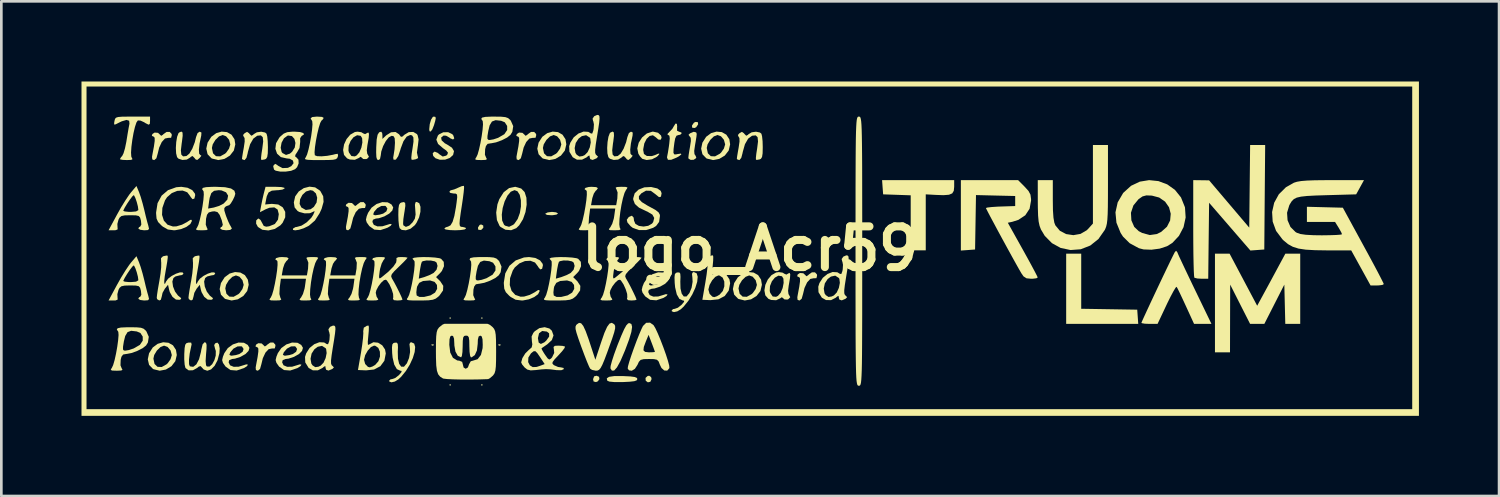
<source format=kicad_pcb>
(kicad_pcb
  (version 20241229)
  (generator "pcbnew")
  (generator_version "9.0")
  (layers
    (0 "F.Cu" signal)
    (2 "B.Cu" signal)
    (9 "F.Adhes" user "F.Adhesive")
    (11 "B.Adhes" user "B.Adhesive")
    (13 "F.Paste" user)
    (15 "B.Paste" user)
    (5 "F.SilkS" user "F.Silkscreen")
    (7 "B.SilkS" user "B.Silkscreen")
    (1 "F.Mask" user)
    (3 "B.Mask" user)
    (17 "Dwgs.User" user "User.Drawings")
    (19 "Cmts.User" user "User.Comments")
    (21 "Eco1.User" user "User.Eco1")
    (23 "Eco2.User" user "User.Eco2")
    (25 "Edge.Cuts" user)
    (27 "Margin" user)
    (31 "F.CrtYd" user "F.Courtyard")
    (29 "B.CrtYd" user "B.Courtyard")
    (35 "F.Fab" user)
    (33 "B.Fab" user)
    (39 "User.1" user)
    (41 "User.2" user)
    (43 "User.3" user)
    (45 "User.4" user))
  (footprint "logo_Acr59"
    (layer "F.Cu")
    (at 25.025 6.256)
    (property "Reference" "logo_Acr59" (at 0 0 0) (layer "F.SilkS") (effects (font (size 1.524 1.524) (thickness 0.3))))
    (attr board_only exclude_from_pos_files exclude_from_bom)
    (fp_poly (pts (xy -11.199 2.596) (xy -11.23 2.628) (xy -11.261 2.596) (xy -11.23 2.565)) (stroke (width 0) (type solid)) (fill yes) (layer "F.SilkS"))
    (fp_poly (pts (xy -11.199 5.099) (xy -11.23 5.13) (xy -11.261 5.099) (xy -11.23 5.067)) (stroke (width 0) (type solid)) (fill yes) (layer "F.SilkS"))
    (fp_poly (pts (xy -10.01 2.596) (xy -10.041 2.628) (xy -10.072 2.596) (xy -10.041 2.565)) (stroke (width 0) (type solid)) (fill yes) (layer "F.SilkS"))
    (fp_poly (pts (xy -10.01 5.099) (xy -10.041 5.13) (xy -10.072 5.099) (xy -10.041 5.067)) (stroke (width 0) (type solid)) (fill yes) (layer "F.SilkS"))
    (fp_poly (pts (xy -11.845 3.587) (xy -11.854 3.624) (xy -11.887 3.629) (xy -11.938 3.606) (xy -11.928 3.587) (xy -11.854 3.579)) (stroke (width 0) (type solid)) (fill yes) (layer "F.SilkS"))
    (fp_poly (pts (xy -9.343 3.587) (xy -9.351 3.624) (xy -9.384 3.629) (xy -9.436 3.606) (xy -9.426 3.587) (xy -9.352 3.579)) (stroke (width 0) (type solid)) (fill yes) (layer "F.SilkS"))
    (fp_poly (pts (xy -9.992 -0.868) (xy -9.987 -0.786) (xy -10.052 -0.713) (xy -10.094 -0.699) (xy -10.181 -0.712) (xy -10.187 -0.792) (xy -10.126 -0.888) (xy -10.072 -0.907)) (stroke (width 0) (type solid)) (fill yes) (layer "F.SilkS"))
    (fp_poly (pts (xy -5.658 4.794) (xy -5.643 4.88) (xy -5.701 4.963) (xy -5.772 4.993) (xy -5.861 4.97) (xy -5.881 4.884) (xy -5.84 4.777) (xy -5.751 4.755)) (stroke (width 0) (type solid)) (fill yes) (layer "F.SilkS"))
    (fp_poly (pts (xy -3.708 4.807) (xy -3.691 4.88) (xy -3.736 4.98) (xy -3.83 5.002) (xy -3.91 4.942) (xy -3.918 4.837) (xy -3.837 4.764) (xy -3.781 4.755)) (stroke (width 0) (type solid)) (fill yes) (layer "F.SilkS"))
    (fp_poly (pts (xy -1.956 -4.731) (xy -1.95 -4.652) (xy -2.023 -4.544) (xy -2.087 -4.515) (xy -2.173 -4.529) (xy -2.179 -4.608) (xy -2.106 -4.715) (xy -2.042 -4.744)) (stroke (width 0) (type solid)) (fill yes) (layer "F.SilkS"))
    (fp_poly (pts (xy 12.387 2.249) (xy 13.435 2.266) (xy 14.483 2.283) (xy 14.502 2.549) (xy 14.521 2.815) (xy 11.824 2.815) (xy 11.824 0.188) (xy 12.387 0.188)) (stroke (width 0) (type solid)) (fill yes) (layer "F.SilkS"))
    (fp_poly (pts (xy 25.025 6.256) (xy -25.025 6.256) (xy -25.025 6.006) (xy -24.837 6.006) (xy 24.774 6.006) (xy 24.774 -6.068) (xy -24.837 -6.068) (xy -24.837 6.006) (xy -25.025 6.006) (xy -25.025 -6.256) (xy 25.025 -6.256)) (stroke (width 0) (type solid)) (fill yes) (layer "F.SilkS"))
    (fp_poly (pts (xy -11.787 -4.934) (xy -11.767 -4.89) (xy -11.788 -4.78) (xy -11.834 -4.621) (xy -11.896 -4.464) (xy -11.957 -4.384) (xy -12.001 -4.394) (xy -12.012 -4.465) (xy -11.993 -4.659) (xy -11.944 -4.827) (xy -11.88 -4.929) (xy -11.848 -4.942)) (stroke (width 0) (type solid)) (fill yes) (layer "F.SilkS"))
    (fp_poly (pts (xy -7.267 -1.36) (xy -7.196 -1.321) (xy -7.195 -1.314) (xy -7.25 -1.275) (xy -7.389 -1.253) (xy -7.449 -1.251) (xy -7.607 -1.264) (xy -7.668 -1.3) (xy -7.664 -1.314) (xy -7.581 -1.356) (xy -7.429 -1.376) (xy -7.41 -1.376)) (stroke (width 0) (type solid)) (fill yes) (layer "F.SilkS"))
    (fp_poly (pts (xy -4.749 4.768) (xy -4.483 4.781) (xy -4.32 4.803) (xy -4.241 4.837) (xy -4.223 4.88) (xy -4.248 4.927) (xy -4.336 4.959) (xy -4.509 4.979) (xy -4.765 4.992) (xy -5.073 4.993) (xy -5.272 4.974) (xy -5.351 4.939) (xy -5.367 4.852) (xy -5.282 4.796) (xy -5.09 4.768) (xy -4.783 4.767)) (stroke (width 0) (type solid)) (fill yes) (layer "F.SilkS"))
    (fp_poly (pts (xy 7.633 -2.316) (xy 7.618 -2.165) (xy 7.56 -2.069) (xy 7.438 -2.018) (xy 7.231 -2.002) (xy 6.948 -2.012) (xy 6.569 -2.033) (xy 6.569 -0.985) (xy 6.569 0.063) (xy 6.006 0.063) (xy 6.006 -1.997) (xy 5.49 -2.015) (xy 4.974 -2.033) (xy 4.954 -2.299) (xy 4.935 -2.565) (xy 7.633 -2.565)) (stroke (width 0) (type solid)) (fill yes) (layer "F.SilkS"))
    (fp_poly (pts (xy -4.447 2.818) (xy -4.42 2.926) (xy -4.448 3.118) (xy -4.533 3.4) (xy -4.676 3.783) (xy -4.702 3.847) (xy -4.856 4.205) (xy -4.986 4.442) (xy -5.092 4.561) (xy -5.176 4.563) (xy -5.231 4.478) (xy -5.223 4.386) (xy -5.174 4.203) (xy -5.093 3.953) (xy -4.986 3.661) (xy -4.956 3.582) (xy -4.82 3.246) (xy -4.717 3.014) (xy -4.637 2.87) (xy -4.571 2.799) (xy -4.527 2.784)) (stroke (width 0) (type solid)) (fill yes) (layer "F.SilkS"))
    (fp_poly (pts (xy -2.022 -4.351) (xy -2.002 -4.294) (xy -2.013 -4.187) (xy -2.042 -4.006) (xy -2.065 -3.876) (xy -2.096 -3.658) (xy -2.086 -3.537) (xy -2.057 -3.499) (xy -2.018 -3.418) (xy -2.029 -3.385) (xy -2.115 -3.327) (xy -2.227 -3.322) (xy -2.306 -3.368) (xy -2.315 -3.401) (xy -2.304 -3.508) (xy -2.275 -3.689) (xy -2.252 -3.819) (xy -2.22 -4.03) (xy -2.227 -4.149) (xy -2.267 -4.203) (xy -2.31 -4.26) (xy -2.252 -4.316) (xy -2.114 -4.374)) (stroke (width 0) (type solid)) (fill yes) (layer "F.SilkS"))
    (fp_poly (pts (xy 18.456 1.162) (xy 18.972 2.136) (xy 19.204 1.709) (xy 19.344 1.452) (xy 19.513 1.14) (xy 19.681 0.828) (xy 19.731 0.735) (xy 20.026 0.188) (xy 20.583 0.188) (xy 20.583 2.815) (xy 20.024 2.815) (xy 20.006 2.08) (xy 19.988 1.345) (xy 19.614 2.08) (xy 19.24 2.815) (xy 18.707 2.815) (xy 18.334 2.08) (xy 17.962 1.345) (xy 17.958 2.612) (xy 17.955 3.879) (xy 17.392 3.879) (xy 17.392 0.188) (xy 17.94 0.188)) (stroke (width 0) (type solid)) (fill yes) (layer "F.SilkS"))
    (fp_poly (pts (xy 19.254 -1.924) (xy 19.238 0.031) (xy 18.978 0.05) (xy 18.718 0.069) (xy 17.946 -0.824) (xy 17.173 -1.718) (xy 17.156 -0.296) (xy 17.14 1.126) (xy 16.901 1.126) (xy 16.736 1.116) (xy 16.631 1.091) (xy 16.621 1.084) (xy 16.61 1.013) (xy 16.6 0.833) (xy 16.592 0.561) (xy 16.585 0.211) (xy 16.581 -0.2) (xy 16.579 -0.655) (xy 16.579 -0.761) (xy 16.579 -2.565) (xy 16.876 -2.561) (xy 17.173 -2.557) (xy 17.924 -1.673) (xy 18.675 -0.788) (xy 18.708 -3.879) (xy 19.271 -3.879)) (stroke (width 0) (type solid)) (fill yes) (layer "F.SilkS"))
    (fp_poly (pts (xy -21.653 -4.294) (xy -21.646 -4.247) (xy -21.672 -4.15) (xy -21.77 -4.147) (xy -21.775 -4.148) (xy -21.901 -4.122) (xy -22.02 -3.993) (xy -22.118 -3.783) (xy -22.172 -3.561) (xy -22.223 -3.382) (xy -22.302 -3.316) (xy -22.312 -3.316) (xy -22.377 -3.341) (xy -22.386 -3.437) (xy -22.372 -3.519) (xy -22.314 -3.828) (xy -22.286 -4.031) (xy -22.287 -4.147) (xy -22.316 -4.19) (xy -22.326 -4.192) (xy -22.393 -4.223) (xy -22.372 -4.29) (xy -22.289 -4.345) (xy -22.162 -4.335) (xy -22.11 -4.288) (xy -22.042 -4.223) (xy -21.977 -4.265) (xy -21.96 -4.285) (xy -21.841 -4.369) (xy -21.724 -4.37)) (stroke (width 0) (type solid)) (fill yes) (layer "F.SilkS"))
    (fp_poly (pts (xy -17.774 3.589) (xy -17.767 3.636) (xy -17.793 3.733) (xy -17.892 3.736) (xy -17.896 3.735) (xy -18.022 3.761) (xy -18.141 3.89) (xy -18.239 4.099) (xy -18.293 4.321) (xy -18.344 4.501) (xy -18.423 4.566) (xy -18.433 4.567) (xy -18.498 4.542) (xy -18.507 4.446) (xy -18.493 4.364) (xy -18.435 4.055) (xy -18.407 3.851) (xy -18.408 3.736) (xy -18.437 3.693) (xy -18.448 3.691) (xy -18.514 3.659) (xy -18.493 3.592) (xy -18.41 3.538) (xy -18.283 3.547) (xy -18.231 3.595) (xy -18.164 3.66) (xy -18.098 3.618) (xy -18.081 3.598) (xy -17.962 3.514) (xy -17.845 3.512)) (stroke (width 0) (type solid)) (fill yes) (layer "F.SilkS"))
    (fp_poly (pts (xy -14.396 -1.666) (xy -14.389 -1.619) (xy -14.415 -1.522) (xy -14.513 -1.519) (xy -14.518 -1.521) (xy -14.644 -1.494) (xy -14.763 -1.365) (xy -14.86 -1.156) (xy -14.914 -0.934) (xy -14.965 -0.754) (xy -15.045 -0.689) (xy -15.055 -0.688) (xy -15.12 -0.713) (xy -15.129 -0.809) (xy -15.115 -0.892) (xy -15.057 -1.2) (xy -15.029 -1.404) (xy -15.03 -1.519) (xy -15.059 -1.563) (xy -15.069 -1.564) (xy -15.136 -1.596) (xy -15.115 -1.663) (xy -15.032 -1.717) (xy -14.905 -1.708) (xy -14.853 -1.661) (xy -14.785 -1.595) (xy -14.72 -1.637) (xy -14.703 -1.657) (xy -14.584 -1.742) (xy -14.467 -1.743)) (stroke (width 0) (type solid)) (fill yes) (layer "F.SilkS"))
    (fp_poly (pts (xy -8.014 -4.294) (xy -8.008 -4.247) (xy -8.034 -4.15) (xy -8.132 -4.147) (xy -8.137 -4.148) (xy -8.263 -4.122) (xy -8.382 -3.993) (xy -8.479 -3.783) (xy -8.533 -3.561) (xy -8.584 -3.382) (xy -8.663 -3.316) (xy -8.673 -3.316) (xy -8.739 -3.341) (xy -8.747 -3.437) (xy -8.733 -3.519) (xy -8.675 -3.828) (xy -8.647 -4.031) (xy -8.648 -4.147) (xy -8.677 -4.19) (xy -8.688 -4.192) (xy -8.755 -4.223) (xy -8.733 -4.29) (xy -8.651 -4.345) (xy -8.524 -4.335) (xy -8.471 -4.288) (xy -8.404 -4.223) (xy -8.338 -4.265) (xy -8.321 -4.285) (xy -8.202 -4.369) (xy -8.086 -4.37)) (stroke (width 0) (type solid)) (fill yes) (layer "F.SilkS"))
    (fp_poly (pts (xy 2.496 0.962) (xy 2.502 1.008) (xy 2.477 1.105) (xy 2.378 1.108) (xy 2.373 1.107) (xy 2.248 1.133) (xy 2.129 1.262) (xy 2.031 1.472) (xy 1.977 1.694) (xy 1.926 1.874) (xy 1.847 1.939) (xy 1.837 1.939) (xy 1.772 1.914) (xy 1.763 1.818) (xy 1.777 1.736) (xy 1.835 1.427) (xy 1.863 1.224) (xy 1.862 1.108) (xy 1.833 1.065) (xy 1.822 1.064) (xy 1.756 1.032) (xy 1.777 0.965) (xy 1.86 0.91) (xy 1.987 0.92) (xy 2.039 0.967) (xy 2.106 1.032) (xy 2.172 0.99) (xy 2.189 0.97) (xy 2.308 0.886) (xy 2.424 0.885)) (stroke (width 0) (type solid)) (fill yes) (layer "F.SilkS"))
    (fp_poly (pts (xy -3.45 -4.339) (xy -3.336 -4.233) (xy -3.316 -4.148) (xy -3.354 -4.075) (xy -3.441 -4.086) (xy -3.533 -4.168) (xy -3.642 -4.244) (xy -3.763 -4.218) (xy -3.877 -4.11) (xy -3.963 -3.94) (xy -4.003 -3.726) (xy -4.004 -3.689) (xy -3.977 -3.544) (xy -3.878 -3.475) (xy -3.853 -3.468) (xy -3.683 -3.465) (xy -3.576 -3.498) (xy -3.439 -3.558) (xy -3.396 -3.548) (xy -3.454 -3.475) (xy -3.495 -3.439) (xy -3.674 -3.345) (xy -3.876 -3.318) (xy -4.041 -3.364) (xy -4.122 -3.451) (xy -4.186 -3.553) (xy -4.226 -3.752) (xy -4.173 -3.965) (xy -4.047 -4.162) (xy -3.869 -4.311) (xy -3.663 -4.378) (xy -3.633 -4.379)) (stroke (width 0) (type solid)) (fill yes) (layer "F.SilkS"))
    (fp_poly (pts (xy -21.77 3.521) (xy -21.602 3.617) (xy -21.49 3.787) (xy -21.459 3.979) (xy -21.514 4.211) (xy -21.66 4.399) (xy -21.866 4.523) (xy -22.099 4.567) (xy -22.329 4.511) (xy -22.354 4.497) (xy -22.496 4.349) (xy -22.545 4.14) (xy -22.539 4.114) (xy -22.334 4.114) (xy -22.292 4.314) (xy -22.181 4.421) (xy -22.024 4.429) (xy -21.844 4.329) (xy -21.8 4.288) (xy -21.693 4.138) (xy -21.646 3.986) (xy -21.646 3.98) (xy -21.692 3.809) (xy -21.803 3.677) (xy -21.935 3.629) (xy -22.07 3.682) (xy -22.204 3.813) (xy -22.304 3.979) (xy -22.334 4.114) (xy -22.539 4.114) (xy -22.497 3.915) (xy -22.358 3.697) (xy -22.173 3.56) (xy -21.969 3.502)) (stroke (width 0) (type solid)) (fill yes) (layer "F.SilkS"))
    (fp_poly (pts (xy -19.58 -4.362) (xy -19.412 -4.266) (xy -19.3 -4.096) (xy -19.269 -3.904) (xy -19.325 -3.671) (xy -19.471 -3.484) (xy -19.676 -3.36) (xy -19.909 -3.316) (xy -20.14 -3.372) (xy -20.164 -3.385) (xy -20.307 -3.534) (xy -20.355 -3.743) (xy -20.35 -3.769) (xy -20.145 -3.769) (xy -20.103 -3.569) (xy -19.992 -3.461) (xy -19.835 -3.454) (xy -19.654 -3.554) (xy -19.61 -3.594) (xy -19.504 -3.744) (xy -19.457 -3.897) (xy -19.457 -3.903) (xy -19.502 -4.074) (xy -19.614 -4.206) (xy -19.745 -4.254) (xy -19.88 -4.201) (xy -20.015 -4.07) (xy -20.114 -3.904) (xy -20.145 -3.769) (xy -20.35 -3.769) (xy -20.307 -3.967) (xy -20.168 -4.186) (xy -19.983 -4.323) (xy -19.779 -4.381)) (stroke (width 0) (type solid)) (fill yes) (layer "F.SilkS"))
    (fp_poly (pts (xy -19.079 0.894) (xy -18.911 0.989) (xy -18.8 1.159) (xy -18.768 1.351) (xy -18.824 1.584) (xy -18.97 1.771) (xy -19.176 1.896) (xy -19.409 1.939) (xy -19.639 1.883) (xy -19.663 1.87) (xy -19.806 1.721) (xy -19.855 1.512) (xy -19.849 1.486) (xy -19.644 1.486) (xy -19.602 1.686) (xy -19.491 1.794) (xy -19.334 1.801) (xy -19.154 1.701) (xy -19.11 1.661) (xy -19.003 1.511) (xy -18.956 1.358) (xy -18.956 1.352) (xy -19.001 1.181) (xy -19.113 1.049) (xy -19.245 1.001) (xy -19.38 1.054) (xy -19.514 1.185) (xy -19.614 1.351) (xy -19.644 1.486) (xy -19.849 1.486) (xy -19.807 1.288) (xy -19.668 1.07) (xy -19.483 0.932) (xy -19.278 0.874)) (stroke (width 0) (type solid)) (fill yes) (layer "F.SilkS"))
    (fp_poly (pts (xy -12.385 -1.7) (xy -12.339 -1.566) (xy -12.342 -1.38) (xy -12.391 -1.171) (xy -12.486 -0.97) (xy -12.552 -0.878) (xy -12.709 -0.748) (xy -12.885 -0.687) (xy -13.04 -0.702) (xy -13.119 -0.766) (xy -13.144 -0.866) (xy -13.163 -1.05) (xy -13.169 -1.268) (xy -13.164 -1.5) (xy -13.143 -1.636) (xy -13.1 -1.704) (xy -13.055 -1.727) (xy -12.961 -1.745) (xy -12.913 -1.711) (xy -12.906 -1.603) (xy -12.935 -1.401) (xy -12.949 -1.319) (xy -12.98 -1.108) (xy -12.99 -0.945) (xy -12.981 -0.875) (xy -12.886 -0.815) (xy -12.758 -0.864) (xy -12.636 -0.985) (xy -12.55 -1.123) (xy -12.522 -1.276) (xy -12.534 -1.455) (xy -12.547 -1.642) (xy -12.526 -1.733) (xy -12.482 -1.752)) (stroke (width 0) (type solid)) (fill yes) (layer "F.SilkS"))
    (fp_poly (pts (xy -7.193 -4.362) (xy -7.025 -4.266) (xy -6.913 -4.096) (xy -6.882 -3.904) (xy -6.937 -3.671) (xy -7.083 -3.484) (xy -7.289 -3.36) (xy -7.522 -3.316) (xy -7.753 -3.372) (xy -7.777 -3.385) (xy -7.919 -3.534) (xy -7.968 -3.743) (xy -7.962 -3.769) (xy -7.758 -3.769) (xy -7.716 -3.569) (xy -7.605 -3.461) (xy -7.448 -3.454) (xy -7.267 -3.554) (xy -7.223 -3.594) (xy -7.117 -3.744) (xy -7.07 -3.897) (xy -7.069 -3.903) (xy -7.115 -4.074) (xy -7.226 -4.206) (xy -7.358 -4.254) (xy -7.493 -4.201) (xy -7.627 -4.07) (xy -7.727 -3.904) (xy -7.758 -3.769) (xy -7.962 -3.769) (xy -7.92 -3.967) (xy -7.781 -4.186) (xy -7.596 -4.323) (xy -7.392 -4.381)) (stroke (width 0) (type solid)) (fill yes) (layer "F.SilkS"))
    (fp_poly (pts (xy -1.062 -4.362) (xy -0.894 -4.266) (xy -0.782 -4.096) (xy -0.751 -3.904) (xy -0.806 -3.671) (xy -0.952 -3.484) (xy -1.158 -3.36) (xy -1.391 -3.316) (xy -1.622 -3.372) (xy -1.646 -3.385) (xy -1.788 -3.534) (xy -1.837 -3.743) (xy -1.831 -3.769) (xy -1.627 -3.769) (xy -1.585 -3.569) (xy -1.474 -3.461) (xy -1.317 -3.454) (xy -1.136 -3.554) (xy -1.092 -3.594) (xy -0.986 -3.744) (xy -0.939 -3.897) (xy -0.938 -3.903) (xy -0.984 -4.074) (xy -1.095 -4.206) (xy -1.227 -4.254) (xy -1.362 -4.201) (xy -1.496 -4.07) (xy -1.596 -3.904) (xy -1.627 -3.769) (xy -1.831 -3.769) (xy -1.789 -3.967) (xy -1.65 -4.186) (xy -1.465 -4.323) (xy -1.261 -4.381)) (stroke (width 0) (type solid)) (fill yes) (layer "F.SilkS"))
    (fp_poly (pts (xy 0.127 0.894) (xy 0.295 0.989) (xy 0.406 1.159) (xy 0.438 1.351) (xy 0.382 1.584) (xy 0.236 1.771) (xy 0.031 1.896) (xy -0.203 1.939) (xy -0.433 1.883) (xy -0.457 1.87) (xy -0.6 1.721) (xy -0.648 1.512) (xy -0.643 1.486) (xy -0.438 1.486) (xy -0.396 1.686) (xy -0.285 1.794) (xy -0.128 1.801) (xy 0.053 1.701) (xy 0.097 1.661) (xy 0.203 1.511) (xy 0.25 1.358) (xy 0.25 1.352) (xy 0.205 1.181) (xy 0.093 1.049) (xy -0.039 1.001) (xy -0.173 1.054) (xy -0.308 1.185) (xy -0.407 1.351) (xy -0.438 1.486) (xy -0.643 1.486) (xy -0.601 1.288) (xy -0.461 1.07) (xy -0.276 0.932) (xy -0.072 0.874)) (stroke (width 0) (type solid)) (fill yes) (layer "F.SilkS"))
    (fp_poly (pts (xy -11.15 -4.285) (xy -11.113 -4.242) (xy -11.075 -4.128) (xy -11.121 -4.086) (xy -11.226 -4.131) (xy -11.258 -4.158) (xy -11.384 -4.229) (xy -11.478 -4.232) (xy -11.567 -4.157) (xy -11.548 -4.054) (xy -11.429 -3.944) (xy -11.339 -3.895) (xy -11.161 -3.778) (xy -11.085 -3.65) (xy -11.119 -3.506) (xy -11.242 -3.395) (xy -11.419 -3.331) (xy -11.616 -3.328) (xy -11.777 -3.383) (xy -11.864 -3.472) (xy -11.882 -3.569) (xy -11.826 -3.626) (xy -11.801 -3.629) (xy -11.691 -3.584) (xy -11.636 -3.535) (xy -11.507 -3.448) (xy -11.376 -3.482) (xy -11.332 -3.525) (xy -11.311 -3.594) (xy -11.376 -3.674) (xy -11.496 -3.76) (xy -11.681 -3.919) (xy -11.746 -4.079) (xy -11.689 -4.232) (xy -11.645 -4.278) (xy -11.484 -4.357) (xy -11.301 -4.358)) (stroke (width 0) (type solid)) (fill yes) (layer "F.SilkS"))
    (fp_poly (pts (xy -2.744 -4.671) (xy -2.733 -4.561) (xy -2.737 -4.536) (xy -2.738 -4.415) (xy -2.666 -4.379) (xy -2.666 -4.379) (xy -2.578 -4.348) (xy -2.565 -4.317) (xy -2.617 -4.265) (xy -2.682 -4.254) (xy -2.76 -4.226) (xy -2.809 -4.122) (xy -2.838 -3.964) (xy -2.868 -3.727) (xy -2.873 -3.591) (xy -2.847 -3.532) (xy -2.783 -3.527) (xy -2.721 -3.54) (xy -2.595 -3.558) (xy -2.577 -3.528) (xy -2.666 -3.458) (xy -2.75 -3.411) (xy -2.957 -3.326) (xy -3.079 -3.327) (xy -3.114 -3.413) (xy -3.107 -3.457) (xy -3.079 -3.6) (xy -3.046 -3.808) (xy -3.03 -3.926) (xy -3.011 -4.124) (xy -3.024 -4.226) (xy -3.071 -4.256) (xy -3.073 -4.256) (xy -3.103 -4.285) (xy -3.028 -4.365) (xy -2.913 -4.487) (xy -2.858 -4.583) (xy -2.796 -4.682)) (stroke (width 0) (type solid)) (fill yes) (layer "F.SilkS"))
    (fp_poly (pts (xy 13.388 -2.406) (xy 13.387 -1.932) (xy 13.384 -1.565) (xy 13.377 -1.288) (xy 13.365 -1.085) (xy 13.347 -0.937) (xy 13.321 -0.828) (xy 13.287 -0.739) (xy 13.269 -0.701) (xy 13.031 -0.361) (xy 12.726 -0.117) (xy 12.371 0.022) (xy 11.985 0.051) (xy 11.614 -0.029) (xy 11.291 -0.207) (xy 11.023 -0.479) (xy 10.879 -0.719) (xy 10.828 -0.856) (xy 10.793 -1.02) (xy 10.773 -1.239) (xy 10.764 -1.54) (xy 10.762 -1.767) (xy 10.761 -2.565) (xy 11.324 -2.565) (xy 11.324 -1.811) (xy 11.329 -1.435) (xy 11.348 -1.163) (xy 11.38 -0.976) (xy 11.419 -0.874) (xy 11.588 -0.67) (xy 11.824 -0.546) (xy 12.092 -0.506) (xy 12.36 -0.553) (xy 12.595 -0.69) (xy 12.651 -0.746) (xy 12.825 -0.94) (xy 12.825 -3.879) (xy 13.388 -3.879)) (stroke (width 0) (type solid)) (fill yes) (layer "F.SilkS"))
    (fp_poly (pts (xy -5.091 2.827) (xy -5.087 2.831) (xy -5.055 2.889) (xy -5.055 2.983) (xy -5.091 3.136) (xy -5.168 3.373) (xy -5.216 3.506) (xy -5.352 3.884) (xy -5.456 4.16) (xy -5.536 4.35) (xy -5.601 4.47) (xy -5.658 4.535) (xy -5.717 4.562) (xy -5.776 4.567) (xy -5.919 4.537) (xy -5.991 4.489) (xy -6.035 4.402) (xy -6.111 4.223) (xy -6.207 3.977) (xy -6.314 3.69) (xy -6.321 3.672) (xy -6.431 3.363) (xy -6.501 3.149) (xy -6.536 3.009) (xy -6.538 2.92) (xy -6.514 2.862) (xy -6.488 2.833) (xy -6.405 2.776) (xy -6.328 2.792) (xy -6.248 2.891) (xy -6.158 3.084) (xy -6.049 3.384) (xy -6.005 3.517) (xy -5.795 4.158) (xy -5.574 3.488) (xy -5.456 3.151) (xy -5.355 2.926) (xy -5.266 2.804) (xy -5.18 2.774)) (stroke (width 0) (type solid)) (fill yes) (layer "F.SilkS"))
    (fp_poly (pts (xy 15.983 0.133) (xy 16.006 0.188) (xy 16.05 0.289) (xy 16.141 0.484) (xy 16.268 0.753) (xy 16.423 1.079) (xy 16.597 1.441) (xy 16.664 1.58) (xy 17.261 2.815) (xy 16.936 2.815) (xy 16.61 2.815) (xy 16.302 2.143) (xy 16.178 1.876) (xy 16.072 1.651) (xy 15.994 1.493) (xy 15.957 1.426) (xy 15.918 1.461) (xy 15.839 1.592) (xy 15.73 1.796) (xy 15.602 2.055) (xy 15.582 2.098) (xy 15.244 2.815) (xy 14.942 2.815) (xy 14.767 2.808) (xy 14.658 2.789) (xy 14.639 2.775) (xy 14.665 2.712) (xy 14.736 2.555) (xy 14.842 2.325) (xy 14.975 2.039) (xy 15.125 1.719) (xy 15.284 1.382) (xy 15.442 1.049) (xy 15.59 0.74) (xy 15.719 0.472) (xy 15.82 0.266) (xy 15.883 0.142) (xy 15.891 0.127) (xy 15.937 0.078)) (stroke (width 0) (type solid)) (fill yes) (layer "F.SilkS"))
    (fp_poly (pts (xy -10.712 -2.349) (xy -10.708 -2.279) (xy -10.723 -2.112) (xy -10.753 -1.876) (xy -10.784 -1.664) (xy -10.836 -1.325) (xy -10.867 -1.091) (xy -10.878 -0.942) (xy -10.867 -0.859) (xy -10.834 -0.822) (xy -10.779 -0.813) (xy -10.761 -0.813) (xy -10.659 -0.787) (xy -10.635 -0.751) (xy -10.693 -0.718) (xy -10.845 -0.696) (xy -11.042 -0.688) (xy -11.249 -0.696) (xy -11.396 -0.718) (xy -11.449 -0.746) (xy -11.396 -0.799) (xy -11.308 -0.825) (xy -11.215 -0.874) (xy -11.138 -1.003) (xy -11.072 -1.225) (xy -11.013 -1.552) (xy -10.987 -1.736) (xy -10.965 -1.926) (xy -10.972 -2.024) (xy -11.018 -2.06) (xy -11.103 -2.065) (xy -11.221 -2.086) (xy -11.261 -2.127) (xy -11.212 -2.185) (xy -11.183 -2.19) (xy -11.076 -2.218) (xy -10.926 -2.283) (xy -10.923 -2.285) (xy -10.791 -2.341) (xy -10.714 -2.351)) (stroke (width 0) (type solid)) (fill yes) (layer "F.SilkS"))
    (fp_poly (pts (xy -8.57 -2.251) (xy -8.442 -2.118) (xy -8.375 -1.906) (xy -8.366 -1.647) (xy -8.41 -1.369) (xy -8.504 -1.102) (xy -8.644 -0.876) (xy -8.754 -0.768) (xy -8.946 -0.691) (xy -9.16 -0.709) (xy -9.345 -0.814) (xy -9.38 -0.853) (xy -9.479 -1.071) (xy -9.499 -1.272) (xy -9.297 -1.272) (xy -9.283 -1.054) (xy -9.213 -0.897) (xy -9.172 -0.861) (xy -9.024 -0.818) (xy -8.871 -0.892) (xy -8.825 -0.934) (xy -8.702 -1.111) (xy -8.62 -1.336) (xy -8.58 -1.58) (xy -8.582 -1.816) (xy -8.625 -2.015) (xy -8.71 -2.148) (xy -8.819 -2.19) (xy -8.96 -2.132) (xy -9.087 -1.981) (xy -9.191 -1.767) (xy -9.264 -1.52) (xy -9.297 -1.272) (xy -9.499 -1.272) (xy -9.506 -1.352) (xy -9.46 -1.658) (xy -9.39 -1.853) (xy -9.225 -2.112) (xy -9.021 -2.269) (xy -8.793 -2.316)) (stroke (width 0) (type solid)) (fill yes) (layer "F.SilkS"))
    (fp_poly (pts (xy -21.244 -4.348) (xy -21.239 -4.226) (xy -21.266 -4.002) (xy -21.275 -3.944) (xy -21.306 -3.68) (xy -21.29 -3.521) (xy -21.223 -3.454) (xy -21.101 -3.467) (xy -21.098 -3.467) (xy -20.989 -3.557) (xy -20.879 -3.74) (xy -20.785 -3.984) (xy -20.738 -4.176) (xy -20.681 -4.326) (xy -20.602 -4.379) (xy -20.537 -4.346) (xy -20.544 -4.23) (xy -20.546 -4.223) (xy -20.606 -3.936) (xy -20.632 -3.706) (xy -20.622 -3.555) (xy -20.578 -3.503) (xy -20.538 -3.479) (xy -20.6 -3.399) (xy -20.604 -3.394) (xy -20.693 -3.32) (xy -20.752 -3.338) (xy -20.797 -3.395) (xy -20.87 -3.468) (xy -20.933 -3.438) (xy -20.958 -3.41) (xy -21.085 -3.334) (xy -21.249 -3.32) (xy -21.394 -3.367) (xy -21.449 -3.425) (xy -21.484 -3.567) (xy -21.494 -3.769) (xy -21.48 -3.991) (xy -21.446 -4.189) (xy -21.396 -4.321) (xy -21.372 -4.346) (xy -21.288 -4.383)) (stroke (width 0) (type solid)) (fill yes) (layer "F.SilkS"))
    (fp_poly (pts (xy -5.104 -4.348) (xy -5.098 -4.226) (xy -5.125 -4.002) (xy -5.135 -3.944) (xy -5.165 -3.68) (xy -5.149 -3.521) (xy -5.082 -3.454) (xy -4.96 -3.467) (xy -4.958 -3.467) (xy -4.848 -3.557) (xy -4.738 -3.74) (xy -4.644 -3.984) (xy -4.597 -4.176) (xy -4.54 -4.326) (xy -4.461 -4.379) (xy -4.396 -4.346) (xy -4.403 -4.23) (xy -4.405 -4.223) (xy -4.465 -3.936) (xy -4.491 -3.706) (xy -4.481 -3.555) (xy -4.437 -3.503) (xy -4.397 -3.479) (xy -4.459 -3.399) (xy -4.464 -3.394) (xy -4.552 -3.32) (xy -4.611 -3.338) (xy -4.656 -3.395) (xy -4.729 -3.468) (xy -4.792 -3.438) (xy -4.817 -3.41) (xy -4.944 -3.334) (xy -5.108 -3.32) (xy -5.253 -3.367) (xy -5.308 -3.425) (xy -5.344 -3.567) (xy -5.353 -3.769) (xy -5.339 -3.991) (xy -5.305 -4.189) (xy -5.255 -4.321) (xy -5.231 -4.346) (xy -5.147 -4.383)) (stroke (width 0) (type solid)) (fill yes) (layer "F.SilkS"))
    (fp_poly (pts (xy -21.058 -2.28) (xy -20.878 -2.189) (xy -20.78 -2.06) (xy -20.77 -2.002) (xy -20.801 -1.875) (xy -20.871 -1.852) (xy -20.946 -1.941) (xy -20.954 -1.961) (xy -21.067 -2.109) (xy -21.24 -2.175) (xy -21.443 -2.163) (xy -21.647 -2.079) (xy -21.823 -1.926) (xy -21.9 -1.808) (xy -21.999 -1.525) (xy -22.011 -1.265) (xy -21.943 -1.049) (xy -21.804 -0.897) (xy -21.604 -0.83) (xy -21.472 -0.835) (xy -21.262 -0.898) (xy -21.073 -0.999) (xy -21.07 -1.001) (xy -20.952 -1.078) (xy -20.903 -1.077) (xy -20.896 -1.033) (xy -20.952 -0.923) (xy -21.097 -0.816) (xy -21.296 -0.733) (xy -21.513 -0.691) (xy -21.567 -0.688) (xy -21.793 -0.717) (xy -21.981 -0.824) (xy -22.033 -0.868) (xy -22.158 -0.997) (xy -22.217 -1.128) (xy -22.233 -1.317) (xy -22.233 -1.357) (xy -22.179 -1.703) (xy -22.026 -1.985) (xy -21.788 -2.189) (xy -21.479 -2.299) (xy -21.291 -2.315)) (stroke (width 0) (type solid)) (fill yes) (layer "F.SilkS"))
    (fp_poly (pts (xy -8.045 0.347) (xy -7.865 0.438) (xy -7.767 0.568) (xy -7.758 0.625) (xy -7.788 0.753) (xy -7.858 0.776) (xy -7.933 0.687) (xy -7.942 0.666) (xy -8.054 0.518) (xy -8.227 0.452) (xy -8.43 0.464) (xy -8.634 0.549) (xy -8.81 0.702) (xy -8.887 0.82) (xy -8.987 1.103) (xy -8.998 1.362) (xy -8.93 1.578) (xy -8.791 1.73) (xy -8.591 1.798) (xy -8.459 1.792) (xy -8.249 1.729) (xy -8.06 1.629) (xy -8.057 1.626) (xy -7.939 1.549) (xy -7.89 1.55) (xy -7.883 1.594) (xy -7.939 1.705) (xy -8.084 1.811) (xy -8.283 1.895) (xy -8.5 1.937) (xy -8.554 1.939) (xy -8.781 1.91) (xy -8.968 1.804) (xy -9.02 1.76) (xy -9.145 1.63) (xy -9.204 1.499) (xy -9.22 1.31) (xy -9.221 1.271) (xy -9.166 0.924) (xy -9.013 0.642) (xy -8.775 0.439) (xy -8.466 0.329) (xy -8.278 0.313)) (stroke (width 0) (type solid)) (fill yes) (layer "F.SilkS"))
    (fp_poly (pts (xy -18.155 -4.347) (xy -18.1 -4.301) (xy -18.074 -4.202) (xy -18.056 -4.018) (xy -18.049 -3.8) (xy -18.054 -3.568) (xy -18.075 -3.432) (xy -18.118 -3.363) (xy -18.163 -3.341) (xy -18.27 -3.322) (xy -18.303 -3.33) (xy -18.306 -3.4) (xy -18.289 -3.557) (xy -18.259 -3.747) (xy -18.226 -4.012) (xy -18.242 -4.172) (xy -18.313 -4.24) (xy -18.443 -4.227) (xy -18.45 -4.225) (xy -18.595 -4.118) (xy -18.715 -3.909) (xy -18.798 -3.62) (xy -18.806 -3.573) (xy -18.853 -3.398) (xy -18.919 -3.318) (xy -18.933 -3.316) (xy -19.011 -3.346) (xy -19.019 -3.367) (xy -19.008 -3.452) (xy -18.981 -3.619) (xy -18.951 -3.782) (xy -18.918 -4.01) (xy -18.922 -4.141) (xy -18.954 -4.19) (xy -18.98 -4.253) (xy -18.921 -4.32) (xy -18.829 -4.372) (xy -18.755 -4.32) (xy -18.739 -4.298) (xy -18.668 -4.226) (xy -18.604 -4.259) (xy -18.581 -4.285) (xy -18.462 -4.355) (xy -18.3 -4.377)) (stroke (width 0) (type solid)) (fill yes) (layer "F.SilkS"))
    (fp_poly (pts (xy -16.023 -4.931) (xy -15.96 -4.893) (xy -16.007 -4.823) (xy -16.044 -4.793) (xy -16.092 -4.704) (xy -16.148 -4.525) (xy -16.203 -4.291) (xy -16.252 -4.037) (xy -16.288 -3.797) (xy -16.304 -3.606) (xy -16.294 -3.498) (xy -16.291 -3.494) (xy -16.209 -3.462) (xy -16.043 -3.456) (xy -15.833 -3.474) (xy -15.618 -3.514) (xy -15.535 -3.536) (xy -15.437 -3.551) (xy -15.424 -3.487) (xy -15.433 -3.447) (xy -15.457 -3.387) (xy -15.509 -3.349) (xy -15.612 -3.327) (xy -15.789 -3.318) (xy -16.066 -3.316) (xy -16.093 -3.316) (xy -16.376 -3.317) (xy -16.552 -3.325) (xy -16.641 -3.341) (xy -16.663 -3.371) (xy -16.635 -3.417) (xy -16.633 -3.418) (xy -16.583 -3.525) (xy -16.529 -3.715) (xy -16.476 -3.955) (xy -16.43 -4.213) (xy -16.397 -4.456) (xy -16.381 -4.652) (xy -16.39 -4.769) (xy -16.397 -4.783) (xy -16.451 -4.873) (xy -16.395 -4.925) (xy -16.224 -4.942) (xy -16.203 -4.942)) (stroke (width 0) (type solid)) (fill yes) (layer "F.SilkS"))
    (fp_poly (pts (xy -14.271 2.934) (xy -14.275 3.082) (xy -14.292 3.269) (xy -14.311 3.479) (xy -14.308 3.584) (xy -14.281 3.601) (xy -14.256 3.582) (xy -14.1 3.501) (xy -13.928 3.518) (xy -13.772 3.615) (xy -13.666 3.772) (xy -13.638 3.921) (xy -13.691 4.195) (xy -13.842 4.399) (xy -14.077 4.522) (xy -14.375 4.554) (xy -14.679 4.541) (xy -14.613 4.163) (xy -14.451 4.163) (xy -14.409 4.316) (xy -14.307 4.422) (xy -14.234 4.442) (xy -14.135 4.409) (xy -14.033 4.348) (xy -13.913 4.211) (xy -13.855 4.035) (xy -13.858 3.857) (xy -13.918 3.712) (xy -14.034 3.633) (xy -14.079 3.629) (xy -14.194 3.682) (xy -14.313 3.815) (xy -14.409 3.985) (xy -14.451 4.152) (xy -14.451 4.163) (xy -14.613 4.163) (xy -14.564 3.881) (xy -14.52 3.595) (xy -14.49 3.344) (xy -14.478 3.16) (xy -14.482 3.088) (xy -14.461 2.957) (xy -14.345 2.885) (xy -14.282 2.878)) (stroke (width 0) (type solid)) (fill yes) (layer "F.SilkS"))
    (fp_poly (pts (xy -12.576 3.551) (xy -12.538 3.679) (xy -12.557 3.867) (xy -12.626 4.094) (xy -12.739 4.338) (xy -12.886 4.578) (xy -13.062 4.793) (xy -13.168 4.893) (xy -13.301 4.973) (xy -13.427 5.002) (xy -13.505 4.972) (xy -13.513 4.942) (xy -13.461 4.89) (xy -13.399 4.88) (xy -13.28 4.837) (xy -13.146 4.732) (xy -13.138 4.723) (xy -13.049 4.618) (xy -13.048 4.574) (xy -13.094 4.567) (xy -13.223 4.508) (xy -13.321 4.34) (xy -13.383 4.076) (xy -13.399 3.91) (xy -13.406 3.7) (xy -13.393 3.584) (xy -13.351 3.532) (xy -13.294 3.517) (xy -13.225 3.518) (xy -13.19 3.565) (xy -13.182 3.687) (xy -13.189 3.861) (xy -13.182 4.118) (xy -13.137 4.309) (xy -13.061 4.415) (xy -12.963 4.418) (xy -12.953 4.413) (xy -12.847 4.288) (xy -12.767 4.09) (xy -12.729 3.869) (xy -12.736 3.719) (xy -12.752 3.57) (xy -12.719 3.51) (xy -12.68 3.503)) (stroke (width 0) (type solid)) (fill yes) (layer "F.SilkS"))
    (fp_poly (pts (xy -2.003 0.923) (xy -1.965 1.052) (xy -1.984 1.24) (xy -2.054 1.466) (xy -2.166 1.71) (xy -2.313 1.95) (xy -2.489 2.166) (xy -2.595 2.266) (xy -2.728 2.346) (xy -2.854 2.374) (xy -2.932 2.345) (xy -2.94 2.315) (xy -2.889 2.262) (xy -2.826 2.252) (xy -2.707 2.209) (xy -2.573 2.104) (xy -2.565 2.096) (xy -2.476 1.99) (xy -2.475 1.946) (xy -2.521 1.939) (xy -2.65 1.88) (xy -2.748 1.712) (xy -2.81 1.448) (xy -2.826 1.283) (xy -2.833 1.072) (xy -2.82 0.956) (xy -2.778 0.904) (xy -2.721 0.889) (xy -2.652 0.89) (xy -2.617 0.937) (xy -2.609 1.059) (xy -2.616 1.233) (xy -2.609 1.49) (xy -2.564 1.681) (xy -2.488 1.788) (xy -2.39 1.79) (xy -2.38 1.785) (xy -2.275 1.661) (xy -2.194 1.463) (xy -2.156 1.241) (xy -2.163 1.092) (xy -2.179 0.943) (xy -2.146 0.882) (xy -2.107 0.876)) (stroke (width 0) (type solid)) (fill yes) (layer "F.SilkS"))
    (fp_poly (pts (xy -1.383 0.307) (xy -1.387 0.454) (xy -1.404 0.641) (xy -1.423 0.851) (xy -1.42 0.956) (xy -1.393 0.974) (xy -1.368 0.954) (xy -1.212 0.874) (xy -1.04 0.891) (xy -0.885 0.987) (xy -0.779 1.145) (xy -0.751 1.293) (xy -0.804 1.568) (xy -0.954 1.772) (xy -1.19 1.895) (xy -1.488 1.926) (xy -1.791 1.913) (xy -1.726 1.536) (xy -1.564 1.536) (xy -1.521 1.689) (xy -1.419 1.794) (xy -1.346 1.814) (xy -1.248 1.781) (xy -1.145 1.72) (xy -1.025 1.583) (xy -0.968 1.408) (xy -0.97 1.23) (xy -1.031 1.084) (xy -1.147 1.006) (xy -1.192 1.001) (xy -1.306 1.054) (xy -1.426 1.187) (xy -1.521 1.357) (xy -1.564 1.524) (xy -1.564 1.536) (xy -1.726 1.536) (xy -1.677 1.254) (xy -1.632 0.968) (xy -1.602 0.717) (xy -1.59 0.533) (xy -1.594 0.46) (xy -1.573 0.33) (xy -1.457 0.257) (xy -1.394 0.25)) (stroke (width 0) (type solid)) (fill yes) (layer "F.SilkS"))
    (fp_poly (pts (xy 0.363 -4.347) (xy 0.419 -4.301) (xy 0.444 -4.202) (xy 0.463 -4.018) (xy 0.469 -3.8) (xy 0.464 -3.568) (xy 0.443 -3.432) (xy 0.4 -3.363) (xy 0.355 -3.341) (xy 0.248 -3.322) (xy 0.215 -3.33) (xy 0.212 -3.4) (xy 0.229 -3.557) (xy 0.259 -3.747) (xy 0.292 -4.012) (xy 0.276 -4.172) (xy 0.205 -4.24) (xy 0.075 -4.227) (xy 0.068 -4.225) (xy -0.077 -4.118) (xy -0.197 -3.909) (xy -0.279 -3.62) (xy -0.288 -3.573) (xy -0.335 -3.398) (xy -0.401 -3.318) (xy -0.415 -3.316) (xy -0.493 -3.346) (xy -0.5 -3.367) (xy -0.49 -3.452) (xy -0.462 -3.619) (xy -0.433 -3.782) (xy -0.4 -4.01) (xy -0.404 -4.141) (xy -0.436 -4.19) (xy -0.461 -4.253) (xy -0.403 -4.32) (xy -0.31 -4.372) (xy -0.237 -4.32) (xy -0.22 -4.298) (xy -0.149 -4.226) (xy -0.086 -4.259) (xy -0.063 -4.285) (xy 0.056 -4.355) (xy 0.218 -4.377)) (stroke (width 0) (type solid)) (fill yes) (layer "F.SilkS"))
    (fp_poly (pts (xy -18.947 3.521) (xy -18.804 3.602) (xy -18.74 3.711) (xy -18.774 3.826) (xy -18.888 3.943) (xy -19.075 4.048) (xy -19.281 4.116) (xy -19.392 4.129) (xy -19.498 4.172) (xy -19.519 4.253) (xy -19.466 4.364) (xy -19.33 4.421) (xy -19.144 4.417) (xy -19.015 4.378) (xy -18.858 4.329) (xy -18.795 4.341) (xy -18.836 4.4) (xy -18.947 4.469) (xy -19.217 4.56) (xy -19.449 4.542) (xy -19.631 4.414) (xy -19.64 4.402) (xy -19.732 4.273) (xy -19.762 4.169) (xy -19.732 4.04) (xy -19.705 3.974) (xy -19.491 3.974) (xy -19.432 4.003) (xy -19.4 4.004) (xy -19.247 3.982) (xy -19.117 3.943) (xy -18.995 3.858) (xy -18.959 3.753) (xy -19.017 3.666) (xy -19.045 3.653) (xy -19.186 3.658) (xy -19.34 3.742) (xy -19.457 3.88) (xy -19.457 3.88) (xy -19.491 3.974) (xy -19.705 3.974) (xy -19.681 3.912) (xy -19.55 3.721) (xy -19.362 3.584) (xy -19.149 3.513)) (stroke (width 0) (type solid)) (fill yes) (layer "F.SilkS"))
    (fp_poly (pts (xy -17.547 -2.306) (xy -17.434 -2.279) (xy -17.423 -2.252) (xy -17.506 -2.211) (xy -17.66 -2.189) (xy -17.693 -2.189) (xy -17.903 -2.171) (xy -18.025 -2.104) (xy -18.091 -1.963) (xy -18.11 -1.875) (xy -18.152 -1.654) (xy -17.903 -1.677) (xy -17.662 -1.653) (xy -17.492 -1.544) (xy -17.401 -1.376) (xy -17.401 -1.175) (xy -17.5 -0.966) (xy -17.586 -0.87) (xy -17.796 -0.737) (xy -18.032 -0.682) (xy -18.256 -0.707) (xy -18.422 -0.811) (xy -18.49 -0.937) (xy -18.487 -1.057) (xy -18.419 -1.123) (xy -18.394 -1.126) (xy -18.326 -1.074) (xy -18.265 -0.962) (xy -18.205 -0.852) (xy -18.114 -0.822) (xy -18.001 -0.838) (xy -17.789 -0.924) (xy -17.672 -1.087) (xy -17.642 -1.293) (xy -17.686 -1.464) (xy -17.808 -1.545) (xy -17.995 -1.531) (xy -18.144 -1.47) (xy -18.347 -1.365) (xy -18.303 -1.605) (xy -18.256 -1.84) (xy -18.201 -2.075) (xy -18.199 -2.08) (xy -18.138 -2.315) (xy -17.761 -2.315)) (stroke (width 0) (type solid)) (fill yes) (layer "F.SilkS"))
    (fp_poly (pts (xy -16.945 3.521) (xy -16.802 3.602) (xy -16.738 3.711) (xy -16.772 3.826) (xy -16.886 3.943) (xy -17.073 4.048) (xy -17.279 4.116) (xy -17.39 4.129) (xy -17.496 4.172) (xy -17.517 4.253) (xy -17.464 4.364) (xy -17.328 4.421) (xy -17.142 4.417) (xy -17.014 4.378) (xy -16.856 4.329) (xy -16.793 4.341) (xy -16.834 4.4) (xy -16.945 4.469) (xy -17.215 4.56) (xy -17.447 4.542) (xy -17.629 4.414) (xy -17.638 4.402) (xy -17.73 4.273) (xy -17.76 4.169) (xy -17.73 4.04) (xy -17.703 3.974) (xy -17.489 3.974) (xy -17.43 4.003) (xy -17.398 4.004) (xy -17.245 3.982) (xy -17.115 3.943) (xy -16.993 3.858) (xy -16.957 3.753) (xy -17.015 3.666) (xy -17.043 3.653) (xy -17.184 3.658) (xy -17.338 3.742) (xy -17.455 3.88) (xy -17.455 3.88) (xy -17.489 3.974) (xy -17.703 3.974) (xy -17.679 3.912) (xy -17.548 3.721) (xy -17.36 3.584) (xy -17.147 3.513)) (stroke (width 0) (type solid)) (fill yes) (layer "F.SilkS"))
    (fp_poly (pts (xy -13.566 -1.734) (xy -13.424 -1.654) (xy -13.36 -1.544) (xy -13.393 -1.429) (xy -13.508 -1.313) (xy -13.694 -1.207) (xy -13.901 -1.139) (xy -14.012 -1.126) (xy -14.118 -1.083) (xy -14.139 -1.002) (xy -14.086 -0.891) (xy -13.95 -0.834) (xy -13.764 -0.838) (xy -13.635 -0.877) (xy -13.478 -0.926) (xy -13.414 -0.914) (xy -13.455 -0.856) (xy -13.567 -0.787) (xy -13.837 -0.695) (xy -14.069 -0.714) (xy -14.25 -0.842) (xy -14.259 -0.853) (xy -14.352 -0.983) (xy -14.381 -1.086) (xy -14.351 -1.216) (xy -14.325 -1.281) (xy -14.11 -1.281) (xy -14.051 -1.252) (xy -14.02 -1.251) (xy -13.866 -1.274) (xy -13.736 -1.312) (xy -13.615 -1.397) (xy -13.578 -1.502) (xy -13.637 -1.589) (xy -13.665 -1.602) (xy -13.805 -1.598) (xy -13.959 -1.513) (xy -14.077 -1.375) (xy -14.077 -1.375) (xy -14.11 -1.281) (xy -14.325 -1.281) (xy -14.3 -1.343) (xy -14.17 -1.534) (xy -13.982 -1.672) (xy -13.769 -1.742)) (stroke (width 0) (type solid)) (fill yes) (layer "F.SilkS"))
    (fp_poly (pts (xy -3.244 0.893) (xy -3.101 0.974) (xy -3.037 1.083) (xy -3.071 1.198) (xy -3.185 1.315) (xy -3.372 1.42) (xy -3.578 1.489) (xy -3.689 1.501) (xy -3.795 1.545) (xy -3.816 1.625) (xy -3.763 1.736) (xy -3.627 1.794) (xy -3.442 1.789) (xy -3.313 1.75) (xy -3.155 1.702) (xy -3.092 1.714) (xy -3.133 1.772) (xy -3.244 1.841) (xy -3.514 1.933) (xy -3.746 1.914) (xy -3.928 1.786) (xy -3.937 1.775) (xy -4.03 1.645) (xy -4.059 1.542) (xy -4.029 1.412) (xy -4.002 1.347) (xy -3.788 1.347) (xy -3.729 1.376) (xy -3.697 1.376) (xy -3.544 1.354) (xy -3.414 1.315) (xy -3.292 1.231) (xy -3.256 1.126) (xy -3.314 1.039) (xy -3.342 1.025) (xy -3.483 1.03) (xy -3.637 1.115) (xy -3.754 1.253) (xy -3.754 1.253) (xy -3.788 1.347) (xy -4.002 1.347) (xy -3.978 1.285) (xy -3.847 1.093) (xy -3.659 0.956) (xy -3.446 0.885)) (stroke (width 0) (type solid)) (fill yes) (layer "F.SilkS"))
    (fp_poly (pts (xy -14.554 -4.358) (xy -14.481 -4.314) (xy -14.411 -4.286) (xy -14.352 -4.321) (xy -14.292 -4.35) (xy -14.267 -4.298) (xy -14.277 -4.151) (xy -14.321 -3.898) (xy -14.325 -3.879) (xy -14.349 -3.679) (xy -14.332 -3.554) (xy -14.322 -3.538) (xy -14.268 -3.439) (xy -14.334 -3.366) (xy -14.369 -3.352) (xy -14.481 -3.355) (xy -14.522 -3.391) (xy -14.582 -3.439) (xy -14.649 -3.393) (xy -14.796 -3.326) (xy -14.982 -3.336) (xy -15.086 -3.379) (xy -15.201 -3.509) (xy -15.231 -3.672) (xy -15.035 -3.672) (xy -15.016 -3.6) (xy -14.924 -3.467) (xy -14.798 -3.453) (xy -14.727 -3.489) (xy -14.625 -3.607) (xy -14.551 -3.783) (xy -14.514 -3.973) (xy -14.523 -4.136) (xy -14.577 -4.223) (xy -14.711 -4.245) (xy -14.844 -4.172) (xy -14.955 -4.032) (xy -15.026 -3.856) (xy -15.035 -3.672) (xy -15.231 -3.672) (xy -15.235 -3.693) (xy -15.199 -3.901) (xy -15.106 -4.102) (xy -14.968 -4.266) (xy -14.795 -4.365) (xy -14.695 -4.379)) (stroke (width 0) (type solid)) (fill yes) (layer "F.SilkS"))
    (fp_poly (pts (xy 1.212 0.897) (xy 1.284 0.941) (xy 1.355 0.97) (xy 1.413 0.934) (xy 1.473 0.905) (xy 1.498 0.958) (xy 1.488 1.104) (xy 1.445 1.357) (xy 1.441 1.376) (xy 1.417 1.576) (xy 1.433 1.701) (xy 1.444 1.717) (xy 1.498 1.816) (xy 1.431 1.889) (xy 1.397 1.904) (xy 1.285 1.9) (xy 1.243 1.864) (xy 1.184 1.816) (xy 1.116 1.862) (xy 0.97 1.93) (xy 0.783 1.919) (xy 0.68 1.876) (xy 0.565 1.746) (xy 0.535 1.583) (xy 0.731 1.583) (xy 0.75 1.655) (xy 0.841 1.789) (xy 0.967 1.802) (xy 1.039 1.766) (xy 1.141 1.648) (xy 1.214 1.472) (xy 1.251 1.282) (xy 1.242 1.119) (xy 1.188 1.032) (xy 1.055 1.01) (xy 0.922 1.084) (xy 0.81 1.223) (xy 0.74 1.399) (xy 0.731 1.583) (xy 0.535 1.583) (xy 0.531 1.562) (xy 0.566 1.354) (xy 0.659 1.153) (xy 0.798 0.989) (xy 0.971 0.891) (xy 1.071 0.876)) (stroke (width 0) (type solid)) (fill yes) (layer "F.SilkS"))
    (fp_poly (pts (xy -22.46 -4.786) (xy -22.469 -4.667) (xy -22.515 -4.64) (xy -22.626 -4.695) (xy -22.68 -4.73) (xy -22.817 -4.793) (xy -22.916 -4.799) (xy -22.969 -4.723) (xy -23.025 -4.554) (xy -23.079 -4.325) (xy -23.124 -4.067) (xy -23.157 -3.814) (xy -23.171 -3.596) (xy -23.162 -3.447) (xy -23.145 -3.407) (xy -23.116 -3.349) (xy -23.167 -3.322) (xy -23.322 -3.316) (xy -23.328 -3.316) (xy -23.487 -3.323) (xy -23.578 -3.343) (xy -23.586 -3.352) (xy -23.547 -3.42) (xy -23.501 -3.472) (xy -23.452 -3.571) (xy -23.397 -3.758) (xy -23.348 -3.996) (xy -23.34 -4.046) (xy -23.299 -4.299) (xy -23.261 -4.518) (xy -23.233 -4.663) (xy -23.23 -4.676) (xy -23.241 -4.787) (xy -23.34 -4.818) (xy -23.518 -4.766) (xy -23.609 -4.723) (xy -23.748 -4.652) (xy -23.803 -4.646) (xy -23.802 -4.714) (xy -23.789 -4.786) (xy -23.771 -4.856) (xy -23.734 -4.901) (xy -23.655 -4.927) (xy -23.51 -4.939) (xy -23.276 -4.942) (xy -23.109 -4.942) (xy -22.46 -4.942)) (stroke (width 0) (type solid)) (fill yes) (layer "F.SilkS"))
    (fp_poly (pts (xy 10.267 -2.322) (xy 10.414 -2.16) (xy 10.487 -2.023) (xy 10.51 -1.858) (xy 10.51 -1.799) (xy 10.455 -1.494) (xy 10.294 -1.25) (xy 10.036 -1.078) (xy 9.809 -1.006) (xy 9.64 -0.97) (xy 10.199 0.031) (xy 10.377 0.352) (xy 10.531 0.635) (xy 10.653 0.863) (xy 10.732 1.017) (xy 10.759 1.079) (xy 10.705 1.109) (xy 10.567 1.125) (xy 10.515 1.126) (xy 10.34 1.109) (xy 10.228 1.037) (xy 10.149 0.923) (xy 10.062 0.773) (xy 9.938 0.552) (xy 9.786 0.278) (xy 9.617 -0.03) (xy 9.441 -0.352) (xy 9.269 -0.669) (xy 9.112 -0.962) (xy 8.978 -1.212) (xy 8.88 -1.4) (xy 8.827 -1.506) (xy 8.821 -1.522) (xy 8.879 -1.54) (xy 9.034 -1.558) (xy 9.257 -1.573) (xy 9.369 -1.577) (xy 9.916 -1.595) (xy 9.916 -1.971) (xy 9.182 -1.988) (xy 8.449 -2.006) (xy 8.432 -0.987) (xy 8.415 0.031) (xy 8.149 0.051) (xy 7.883 0.07) (xy 7.883 -2.565) (xy 10.025 -2.565)) (stroke (width 0) (type solid)) (fill yes) (layer "F.SilkS"))
    (fp_poly (pts (xy -16.282 -2.294) (xy -16.102 -2.173) (xy -16.083 -2.15) (xy -15.98 -1.962) (xy -15.966 -1.752) (xy -16.039 -1.493) (xy -16.116 -1.325) (xy -16.289 -1.054) (xy -16.508 -0.865) (xy -16.543 -0.844) (xy -16.715 -0.761) (xy -16.887 -0.707) (xy -17.029 -0.686) (xy -17.111 -0.702) (xy -17.111 -0.751) (xy -17.021 -0.806) (xy -16.966 -0.814) (xy -16.79 -0.863) (xy -16.596 -0.987) (xy -16.427 -1.155) (xy -16.356 -1.264) (xy -16.304 -1.384) (xy -16.316 -1.407) (xy -16.334 -1.392) (xy -16.479 -1.327) (xy -16.678 -1.322) (xy -16.874 -1.374) (xy -16.94 -1.411) (xy -17.05 -1.544) (xy -17.07 -1.673) (xy -16.862 -1.673) (xy -16.798 -1.542) (xy -16.631 -1.448) (xy -16.451 -1.475) (xy -16.329 -1.564) (xy -16.228 -1.727) (xy -16.205 -1.906) (xy -16.252 -2.066) (xy -16.363 -2.169) (xy -16.459 -2.19) (xy -16.625 -2.139) (xy -16.76 -2.012) (xy -16.846 -1.844) (xy -16.862 -1.673) (xy -17.07 -1.673) (xy -17.079 -1.729) (xy -17.028 -1.958) (xy -16.895 -2.141) (xy -16.707 -2.266) (xy -16.493 -2.321)) (stroke (width 0) (type solid)) (fill yes) (layer "F.SilkS"))
    (fp_poly (pts (xy 15.276 -2.529) (xy 15.606 -2.406) (xy 15.894 -2.201) (xy 16.121 -1.918) (xy 16.264 -1.563) (xy 16.271 -1.536) (xy 16.295 -1.167) (xy 16.216 -0.805) (xy 16.045 -0.479) (xy 15.798 -0.216) (xy 15.601 -0.093) (xy 15.325 -0.002) (xy 15.014 0.039) (xy 14.72 0.028) (xy 14.546 -0.017) (xy 14.203 -0.203) (xy 13.953 -0.449) (xy 13.862 -0.588) (xy 13.705 -0.973) (xy 13.67 -1.344) (xy 14.248 -1.344) (xy 14.264 -1.063) (xy 14.266 -1.056) (xy 14.371 -0.816) (xy 14.539 -0.656) (xy 14.671 -0.587) (xy 14.954 -0.51) (xy 15.214 -0.547) (xy 15.378 -0.627) (xy 15.596 -0.821) (xy 15.714 -1.055) (xy 15.737 -1.306) (xy 15.673 -1.549) (xy 15.526 -1.76) (xy 15.304 -1.914) (xy 15.03 -1.986) (xy 14.825 -1.994) (xy 14.682 -1.956) (xy 14.538 -1.856) (xy 14.529 -1.848) (xy 14.34 -1.618) (xy 14.248 -1.344) (xy 13.67 -1.344) (xy 13.669 -1.36) (xy 13.752 -1.733) (xy 13.953 -2.078) (xy 13.968 -2.096) (xy 14.252 -2.353) (xy 14.579 -2.508) (xy 14.927 -2.565)) (stroke (width 0) (type solid)) (fill yes) (layer "F.SilkS"))
    (fp_poly (pts (xy -3.618 2.862) (xy -3.549 2.977) (xy -3.458 3.172) (xy -3.355 3.42) (xy -3.25 3.693) (xy -3.154 3.962) (xy -3.078 4.2) (xy -3.031 4.378) (xy -3.024 4.469) (xy -3.105 4.564) (xy -3.215 4.559) (xy -3.321 4.465) (xy -3.378 4.348) (xy -3.427 4.222) (xy -3.489 4.157) (xy -3.603 4.133) (xy -3.789 4.129) (xy -3.986 4.134) (xy -4.099 4.162) (xy -4.166 4.233) (xy -4.219 4.348) (xy -4.315 4.496) (xy -4.431 4.568) (xy -4.536 4.553) (xy -4.585 4.485) (xy -4.574 4.402) (xy -4.526 4.23) (xy -4.45 3.997) (xy -4.382 3.804) (xy -3.995 3.804) (xy -3.934 3.863) (xy -3.795 3.879) (xy -3.785 3.879) (xy -3.64 3.875) (xy -3.568 3.865) (xy -3.566 3.863) (xy -3.586 3.801) (xy -3.638 3.658) (xy -3.684 3.536) (xy -3.803 3.225) (xy -3.903 3.466) (xy -3.982 3.678) (xy -3.995 3.804) (xy -4.382 3.804) (xy -4.355 3.729) (xy -4.253 3.453) (xy -4.151 3.198) (xy -4.061 2.99) (xy -4.013 2.893) (xy -3.894 2.775) (xy -3.748 2.769)) (stroke (width 0) (type solid)) (fill yes) (layer "F.SilkS"))
    (fp_poly (pts (xy -3.476 -2.254) (xy -3.352 -2.167) (xy -3.316 -2.077) (xy -3.34 -1.945) (xy -3.412 -1.928) (xy -3.533 -2.026) (xy -3.541 -2.034) (xy -3.719 -2.165) (xy -3.9 -2.171) (xy -4.07 -2.074) (xy -4.166 -1.964) (xy -4.163 -1.856) (xy -4.054 -1.741) (xy -3.834 -1.606) (xy -3.757 -1.565) (xy -3.546 -1.45) (xy -3.429 -1.358) (xy -3.382 -1.269) (xy -3.378 -1.224) (xy -3.41 -1.001) (xy -3.522 -0.85) (xy -3.633 -0.78) (xy -3.895 -0.696) (xy -4.162 -0.696) (xy -4.392 -0.777) (xy -4.476 -0.842) (xy -4.596 -0.982) (xy -4.619 -1.083) (xy -4.551 -1.176) (xy -4.534 -1.19) (xy -4.428 -1.234) (xy -4.363 -1.164) (xy -4.348 -1.048) (xy -4.296 -0.927) (xy -4.165 -0.852) (xy -3.992 -0.828) (xy -3.816 -0.856) (xy -3.674 -0.939) (xy -3.631 -0.997) (xy -3.592 -1.149) (xy -3.661 -1.275) (xy -3.847 -1.386) (xy -3.899 -1.408) (xy -4.162 -1.535) (xy -4.315 -1.671) (xy -4.377 -1.832) (xy -4.379 -1.882) (xy -4.324 -2.071) (xy -4.176 -2.212) (xy -3.962 -2.295) (xy -3.709 -2.308)) (stroke (width 0) (type solid)) (fill yes) (layer "F.SilkS"))
    (fp_poly (pts (xy -21.799 0.265) (xy -21.798 0.334) (xy -21.818 0.494) (xy -21.855 0.715) (xy -21.867 0.78) (xy -21.91 1.035) (xy -21.929 1.217) (xy -21.925 1.313) (xy -21.897 1.308) (xy -21.861 1.23) (xy -21.782 1.122) (xy -21.649 1.02) (xy -21.493 0.938) (xy -21.347 0.889) (xy -21.242 0.889) (xy -21.208 0.938) (xy -21.262 0.986) (xy -21.357 1.001) (xy -21.508 1.039) (xy -21.585 1.097) (xy -21.625 1.23) (xy -21.6 1.415) (xy -21.525 1.605) (xy -21.414 1.754) (xy -21.383 1.779) (xy -21.295 1.851) (xy -21.307 1.891) (xy -21.356 1.914) (xy -21.491 1.905) (xy -21.621 1.801) (xy -21.72 1.628) (xy -21.744 1.545) (xy -21.787 1.351) (xy -21.904 1.496) (xy -21.992 1.653) (xy -22.022 1.79) (xy -22.056 1.911) (xy -22.116 1.939) (xy -22.196 1.889) (xy -22.209 1.835) (xy -22.198 1.728) (xy -22.169 1.534) (xy -22.126 1.288) (xy -22.11 1.199) (xy -22.068 0.933) (xy -22.043 0.695) (xy -22.041 0.525) (xy -22.045 0.494) (xy -22.05 0.357) (xy -21.981 0.29) (xy -21.952 0.279) (xy -21.839 0.257)) (stroke (width 0) (type solid)) (fill yes) (layer "F.SilkS"))
    (fp_poly (pts (xy -20.61 0.265) (xy -20.609 0.334) (xy -20.629 0.494) (xy -20.666 0.715) (xy -20.678 0.78) (xy -20.721 1.035) (xy -20.74 1.217) (xy -20.736 1.313) (xy -20.709 1.308) (xy -20.672 1.23) (xy -20.593 1.122) (xy -20.46 1.02) (xy -20.305 0.938) (xy -20.158 0.889) (xy -20.053 0.889) (xy -20.02 0.938) (xy -20.073 0.986) (xy -20.168 1.001) (xy -20.319 1.039) (xy -20.397 1.097) (xy -20.436 1.23) (xy -20.412 1.415) (xy -20.337 1.605) (xy -20.225 1.754) (xy -20.195 1.779) (xy -20.106 1.851) (xy -20.119 1.891) (xy -20.168 1.914) (xy -20.302 1.905) (xy -20.433 1.801) (xy -20.531 1.628) (xy -20.556 1.545) (xy -20.598 1.351) (xy -20.716 1.496) (xy -20.803 1.653) (xy -20.833 1.79) (xy -20.867 1.911) (xy -20.927 1.939) (xy -21.007 1.889) (xy -21.021 1.835) (xy -21.01 1.728) (xy -20.98 1.534) (xy -20.938 1.288) (xy -20.921 1.199) (xy -20.879 0.933) (xy -20.855 0.695) (xy -20.852 0.525) (xy -20.856 0.494) (xy -20.862 0.357) (xy -20.792 0.29) (xy -20.763 0.279) (xy -20.651 0.257)) (stroke (width 0) (type solid)) (fill yes) (layer "F.SilkS"))
    (fp_poly (pts (xy -20.364 3.524) (xy -20.344 3.601) (xy -20.348 3.761) (xy -20.363 3.934) (xy -20.38 4.203) (xy -20.365 4.36) (xy -20.335 4.409) (xy -20.234 4.412) (xy -20.135 4.324) (xy -20.053 4.175) (xy -20.002 4) (xy -19.999 3.83) (xy -20.028 3.738) (xy -20.06 3.609) (xy -20.023 3.544) (xy -19.941 3.514) (xy -19.882 3.584) (xy -19.854 3.734) (xy -19.864 3.91) (xy -19.933 4.173) (xy -20.042 4.381) (xy -20.176 4.518) (xy -20.318 4.569) (xy -20.452 4.521) (xy -20.5 4.468) (xy -20.569 4.394) (xy -20.637 4.413) (xy -20.696 4.463) (xy -20.856 4.551) (xy -21.016 4.553) (xy -21.131 4.468) (xy -21.137 4.458) (xy -21.165 4.34) (xy -21.18 4.143) (xy -21.179 3.941) (xy -21.166 3.72) (xy -21.143 3.595) (xy -21.097 3.536) (xy -21.021 3.514) (xy -20.922 3.514) (xy -20.904 3.581) (xy -20.92 3.654) (xy -20.975 3.918) (xy -21.002 4.151) (xy -21.001 4.323) (xy -20.971 4.403) (xy -20.844 4.422) (xy -20.726 4.329) (xy -20.626 4.138) (xy -20.554 3.862) (xy -20.541 3.777) (xy -20.493 3.58) (xy -20.422 3.504) (xy -20.412 3.503)) (stroke (width 0) (type solid)) (fill yes) (layer "F.SilkS"))
    (fp_poly (pts (xy -22.962 2.944) (xy -22.801 2.959) (xy -22.7 2.996) (xy -22.625 3.061) (xy -22.595 3.098) (xy -22.507 3.298) (xy -22.54 3.51) (xy -22.609 3.623) (xy -22.735 3.723) (xy -22.933 3.824) (xy -23.15 3.904) (xy -23.336 3.94) (xy -23.348 3.94) (xy -23.467 3.961) (xy -23.53 4.044) (xy -23.559 4.161) (xy -23.566 4.367) (xy -23.523 4.474) (xy -23.491 4.532) (xy -23.539 4.56) (xy -23.687 4.567) (xy -23.711 4.567) (xy -23.872 4.562) (xy -23.93 4.539) (xy -23.907 4.485) (xy -23.891 4.464) (xy -23.841 4.357) (xy -23.786 4.168) (xy -23.733 3.928) (xy -23.705 3.772) (xy -23.472 3.772) (xy -23.438 3.811) (xy -23.385 3.816) (xy -23.248 3.793) (xy -23.076 3.735) (xy -23.068 3.732) (xy -22.84 3.6) (xy -22.733 3.443) (xy -22.734 3.29) (xy -22.823 3.153) (xy -22.959 3.097) (xy -23.167 3.073) (xy -23.303 3.124) (xy -23.389 3.268) (xy -23.44 3.473) (xy -23.471 3.669) (xy -23.472 3.772) (xy -23.705 3.772) (xy -23.687 3.67) (xy -23.654 3.427) (xy -23.638 3.231) (xy -23.647 3.114) (xy -23.655 3.1) (xy -23.704 3.026) (xy -23.673 2.978) (xy -23.55 2.951) (xy -23.32 2.941) (xy -23.215 2.94)) (stroke (width 0) (type solid)) (fill yes) (layer "F.SilkS"))
    (fp_poly (pts (xy -22.874 -2.121) (xy -22.81 -1.941) (xy -22.738 -1.694) (xy -22.679 -1.464) (xy -22.621 -1.219) (xy -22.565 -0.999) (xy -22.525 -0.86) (xy -22.498 -0.744) (xy -22.536 -0.697) (xy -22.668 -0.688) (xy -22.684 -0.688) (xy -22.83 -0.708) (xy -22.899 -0.753) (xy -22.872 -0.806) (xy -22.827 -0.826) (xy -22.786 -0.903) (xy -22.801 -1.051) (xy -22.832 -1.163) (xy -22.883 -1.223) (xy -22.989 -1.247) (xy -23.183 -1.251) (xy -23.205 -1.251) (xy -23.413 -1.246) (xy -23.533 -1.22) (xy -23.602 -1.16) (xy -23.64 -1.088) (xy -23.683 -0.926) (xy -23.677 -0.806) (xy -23.672 -0.722) (xy -23.749 -0.691) (xy -23.826 -0.688) (xy -24.012 -0.688) (xy -23.696 -1.274) (xy -23.616 -1.417) (xy -23.461 -1.417) (xy -23.405 -1.393) (xy -23.263 -1.378) (xy -23.179 -1.376) (xy -22.983 -1.393) (xy -22.9 -1.441) (xy -22.898 -1.455) (xy -22.915 -1.583) (xy -22.957 -1.745) (xy -23.009 -1.896) (xy -23.056 -1.99) (xy -23.073 -2.002) (xy -23.125 -1.954) (xy -23.215 -1.835) (xy -23.317 -1.684) (xy -23.406 -1.538) (xy -23.457 -1.435) (xy -23.461 -1.417) (xy -23.616 -1.417) (xy -23.541 -1.55) (xy -23.38 -1.81) (xy -23.239 -2.02) (xy -23.175 -2.103) (xy -22.969 -2.346)) (stroke (width 0) (type solid)) (fill yes) (layer "F.SilkS"))
    (fp_poly (pts (xy -22.874 0.507) (xy -22.81 0.687) (xy -22.738 0.933) (xy -22.679 1.164) (xy -22.621 1.409) (xy -22.565 1.628) (xy -22.525 1.767) (xy -22.498 1.883) (xy -22.536 1.93) (xy -22.668 1.939) (xy -22.684 1.939) (xy -22.83 1.92) (xy -22.899 1.875) (xy -22.872 1.821) (xy -22.827 1.801) (xy -22.786 1.725) (xy -22.801 1.577) (xy -22.832 1.464) (xy -22.883 1.404) (xy -22.989 1.381) (xy -23.183 1.376) (xy -23.205 1.376) (xy -23.413 1.382) (xy -23.533 1.408) (xy -23.602 1.468) (xy -23.64 1.54) (xy -23.683 1.702) (xy -23.677 1.821) (xy -23.672 1.905) (xy -23.749 1.937) (xy -23.826 1.939) (xy -24.012 1.939) (xy -23.696 1.353) (xy -23.616 1.211) (xy -23.461 1.211) (xy -23.405 1.235) (xy -23.263 1.249) (xy -23.179 1.251) (xy -22.983 1.235) (xy -22.9 1.186) (xy -22.898 1.173) (xy -22.915 1.045) (xy -22.957 0.883) (xy -23.009 0.732) (xy -23.056 0.638) (xy -23.073 0.626) (xy -23.125 0.674) (xy -23.215 0.792) (xy -23.317 0.944) (xy -23.406 1.09) (xy -23.457 1.193) (xy -23.461 1.211) (xy -23.616 1.211) (xy -23.541 1.078) (xy -23.38 0.817) (xy -23.239 0.608) (xy -23.175 0.524) (xy -22.969 0.282)) (stroke (width 0) (type solid)) (fill yes) (layer "F.SilkS"))
    (fp_poly (pts (xy -9.761 0.316) (xy -9.601 0.332) (xy -9.499 0.368) (xy -9.425 0.434) (xy -9.395 0.47) (xy -9.307 0.671) (xy -9.34 0.882) (xy -9.409 0.995) (xy -9.535 1.096) (xy -9.732 1.197) (xy -9.949 1.276) (xy -10.135 1.312) (xy -10.148 1.312) (xy -10.267 1.333) (xy -10.329 1.416) (xy -10.358 1.533) (xy -10.366 1.74) (xy -10.322 1.846) (xy -10.29 1.904) (xy -10.338 1.932) (xy -10.486 1.939) (xy -10.51 1.939) (xy -10.672 1.934) (xy -10.73 1.911) (xy -10.707 1.857) (xy -10.69 1.837) (xy -10.64 1.73) (xy -10.586 1.54) (xy -10.533 1.3) (xy -10.505 1.144) (xy -10.272 1.144) (xy -10.237 1.183) (xy -10.185 1.189) (xy -10.048 1.165) (xy -9.875 1.108) (xy -9.867 1.105) (xy -9.64 0.973) (xy -9.533 0.815) (xy -9.534 0.663) (xy -9.623 0.526) (xy -9.758 0.47) (xy -9.967 0.446) (xy -10.103 0.497) (xy -10.189 0.64) (xy -10.239 0.846) (xy -10.271 1.041) (xy -10.272 1.144) (xy -10.505 1.144) (xy -10.487 1.042) (xy -10.453 0.799) (xy -10.438 0.603) (xy -10.446 0.487) (xy -10.454 0.472) (xy -10.503 0.398) (xy -10.473 0.35) (xy -10.349 0.324) (xy -10.12 0.313) (xy -10.014 0.313)) (stroke (width 0) (type solid)) (fill yes) (layer "F.SilkS"))
    (fp_poly (pts (xy -9.323 -4.939) (xy -9.163 -4.923) (xy -9.061 -4.887) (xy -8.987 -4.822) (xy -8.957 -4.785) (xy -8.869 -4.585) (xy -8.902 -4.373) (xy -8.971 -4.26) (xy -9.097 -4.159) (xy -9.294 -4.058) (xy -9.511 -3.979) (xy -9.697 -3.943) (xy -9.71 -3.943) (xy -9.829 -3.922) (xy -9.891 -3.839) (xy -9.92 -3.722) (xy -9.928 -3.516) (xy -9.884 -3.409) (xy -9.853 -3.351) (xy -9.9 -3.323) (xy -10.049 -3.316) (xy -10.072 -3.316) (xy -10.234 -3.321) (xy -10.292 -3.344) (xy -10.269 -3.398) (xy -10.252 -3.418) (xy -10.202 -3.525) (xy -10.148 -3.715) (xy -10.095 -3.955) (xy -10.067 -4.111) (xy -9.834 -4.111) (xy -9.799 -4.072) (xy -9.747 -4.067) (xy -9.61 -4.09) (xy -9.437 -4.147) (xy -9.429 -4.151) (xy -9.202 -4.283) (xy -9.095 -4.44) (xy -9.096 -4.592) (xy -9.185 -4.73) (xy -9.32 -4.786) (xy -9.529 -4.809) (xy -9.665 -4.758) (xy -9.751 -4.615) (xy -9.801 -4.41) (xy -9.833 -4.214) (xy -9.834 -4.111) (xy -10.067 -4.111) (xy -10.049 -4.213) (xy -10.015 -4.456) (xy -10 -4.652) (xy -10.009 -4.769) (xy -10.016 -4.783) (xy -10.065 -4.857) (xy -10.035 -4.905) (xy -9.912 -4.932) (xy -9.682 -4.942) (xy -9.576 -4.942)) (stroke (width 0) (type solid)) (fill yes) (layer "F.SilkS"))
    (fp_poly (pts (xy -16.848 -4.365) (xy -16.725 -4.328) (xy -16.698 -4.277) (xy -16.782 -4.22) (xy -16.787 -4.219) (xy -16.843 -4.133) (xy -16.841 -3.996) (xy -16.866 -3.767) (xy -16.944 -3.629) (xy -17.024 -3.506) (xy -17.025 -3.443) (xy -16.983 -3.417) (xy -16.906 -3.331) (xy -16.899 -3.193) (xy -16.957 -3.05) (xy -17.031 -2.975) (xy -17.181 -2.914) (xy -17.384 -2.884) (xy -17.591 -2.885) (xy -17.757 -2.918) (xy -17.819 -2.958) (xy -17.85 -3.077) (xy -17.832 -3.125) (xy -17.776 -3.175) (xy -17.699 -3.13) (xy -17.675 -3.107) (xy -17.503 -3.015) (xy -17.302 -3.024) (xy -17.175 -3.088) (xy -17.089 -3.198) (xy -17.113 -3.298) (xy -17.231 -3.365) (xy -17.349 -3.378) (xy -17.565 -3.427) (xy -17.707 -3.556) (xy -17.77 -3.739) (xy -17.765 -3.778) (xy -17.571 -3.778) (xy -17.535 -3.618) (xy -17.505 -3.579) (xy -17.372 -3.508) (xy -17.225 -3.557) (xy -17.142 -3.629) (xy -17.044 -3.785) (xy -17.019 -3.956) (xy -17.057 -4.109) (xy -17.15 -4.213) (xy -17.288 -4.234) (xy -17.317 -4.227) (xy -17.449 -4.13) (xy -17.538 -3.965) (xy -17.571 -3.778) (xy -17.765 -3.778) (xy -17.744 -3.948) (xy -17.622 -4.156) (xy -17.585 -4.196) (xy -17.457 -4.306) (xy -17.325 -4.36) (xy -17.138 -4.378) (xy -17.053 -4.379)) (stroke (width 0) (type solid)) (fill yes) (layer "F.SilkS"))
    (fp_poly (pts (xy -15.555 2.886) (xy -15.528 2.925) (xy -15.522 3.012) (xy -15.537 3.168) (xy -15.573 3.411) (xy -15.62 3.699) (xy -15.665 3.99) (xy -15.687 4.181) (xy -15.686 4.297) (xy -15.663 4.36) (xy -15.635 4.385) (xy -15.579 4.442) (xy -15.635 4.5) (xy -15.64 4.503) (xy -15.783 4.562) (xy -15.872 4.531) (xy -15.891 4.463) (xy -15.9 4.395) (xy -15.948 4.414) (xy -16.005 4.463) (xy -16.178 4.552) (xy -16.369 4.552) (xy -16.524 4.463) (xy -16.528 4.458) (xy -16.651 4.257) (xy -16.657 4.121) (xy -16.454 4.121) (xy -16.424 4.299) (xy -16.379 4.367) (xy -16.276 4.434) (xy -16.156 4.417) (xy -16.076 4.378) (xy -15.969 4.268) (xy -15.889 4.094) (xy -15.851 3.907) (xy -15.87 3.756) (xy -15.889 3.724) (xy -16.025 3.637) (xy -16.185 3.671) (xy -16.309 3.765) (xy -16.414 3.926) (xy -16.454 4.121) (xy -16.657 4.121) (xy -16.66 4.05) (xy -16.616 3.915) (xy -16.49 3.717) (xy -16.315 3.575) (xy -16.123 3.501) (xy -15.945 3.51) (xy -15.849 3.57) (xy -15.798 3.575) (xy -15.757 3.468) (xy -15.745 3.399) (xy -15.734 3.231) (xy -15.756 3.116) (xy -15.766 3.103) (xy -15.784 3.016) (xy -15.722 2.925) (xy -15.614 2.878) (xy -15.601 2.878)) (stroke (width 0) (type solid)) (fill yes) (layer "F.SilkS"))
    (fp_poly (pts (xy -5.67 -4.996) (xy -5.644 -4.958) (xy -5.638 -4.871) (xy -5.652 -4.715) (xy -5.688 -4.472) (xy -5.735 -4.183) (xy -5.781 -3.893) (xy -5.803 -3.702) (xy -5.802 -3.586) (xy -5.778 -3.523) (xy -5.751 -3.498) (xy -5.694 -3.441) (xy -5.75 -3.383) (xy -5.756 -3.379) (xy -5.898 -3.32) (xy -5.987 -3.352) (xy -6.006 -3.419) (xy -6.015 -3.488) (xy -6.063 -3.469) (xy -6.12 -3.419) (xy -6.294 -3.331) (xy -6.484 -3.331) (xy -6.639 -3.42) (xy -6.644 -3.425) (xy -6.766 -3.626) (xy -6.772 -3.762) (xy -6.57 -3.762) (xy -6.54 -3.584) (xy -6.494 -3.516) (xy -6.392 -3.448) (xy -6.271 -3.466) (xy -6.192 -3.504) (xy -6.084 -3.615) (xy -6.004 -3.789) (xy -5.967 -3.976) (xy -5.985 -4.127) (xy -6.004 -4.158) (xy -6.14 -4.246) (xy -6.301 -4.212) (xy -6.424 -4.118) (xy -6.529 -3.957) (xy -6.57 -3.762) (xy -6.772 -3.762) (xy -6.775 -3.833) (xy -6.731 -3.968) (xy -6.605 -4.166) (xy -6.43 -4.308) (xy -6.238 -4.382) (xy -6.06 -4.372) (xy -5.965 -4.313) (xy -5.913 -4.307) (xy -5.873 -4.415) (xy -5.86 -4.484) (xy -5.849 -4.652) (xy -5.872 -4.767) (xy -5.881 -4.78) (xy -5.899 -4.867) (xy -5.837 -4.958) (xy -5.729 -5.004) (xy -5.717 -5.005)) (stroke (width 0) (type solid)) (fill yes) (layer "F.SilkS"))
    (fp_poly (pts (xy 3.651 0.259) (xy 3.678 0.297) (xy 3.684 0.384) (xy 3.67 0.54) (xy 3.634 0.784) (xy 3.587 1.072) (xy 3.541 1.362) (xy 3.519 1.553) (xy 3.52 1.669) (xy 3.544 1.733) (xy 3.571 1.757) (xy 3.627 1.814) (xy 3.571 1.872) (xy 3.566 1.876) (xy 3.424 1.935) (xy 3.334 1.903) (xy 3.316 1.836) (xy 3.307 1.767) (xy 3.259 1.786) (xy 3.201 1.836) (xy 3.028 1.925) (xy 2.838 1.924) (xy 2.682 1.835) (xy 2.678 1.83) (xy 2.555 1.629) (xy 2.55 1.493) (xy 2.752 1.493) (xy 2.782 1.671) (xy 2.828 1.739) (xy 2.93 1.807) (xy 3.05 1.789) (xy 3.13 1.751) (xy 3.238 1.64) (xy 3.318 1.466) (xy 3.355 1.279) (xy 3.336 1.128) (xy 3.317 1.097) (xy 3.182 1.009) (xy 3.021 1.044) (xy 2.898 1.137) (xy 2.793 1.298) (xy 2.752 1.493) (xy 2.55 1.493) (xy 2.547 1.423) (xy 2.59 1.287) (xy 2.717 1.09) (xy 2.892 0.947) (xy 3.084 0.873) (xy 3.261 0.883) (xy 3.357 0.942) (xy 3.409 0.948) (xy 3.449 0.84) (xy 3.462 0.772) (xy 3.472 0.604) (xy 3.45 0.488) (xy 3.441 0.475) (xy 3.422 0.388) (xy 3.484 0.298) (xy 3.593 0.251) (xy 3.605 0.25)) (stroke (width 0) (type solid)) (fill yes) (layer "F.SilkS"))
    (fp_poly (pts (xy -13.773 -4.326) (xy -13.764 -4.243) (xy -13.764 -4.107) (xy -13.619 -4.243) (xy -13.441 -4.355) (xy -13.272 -4.367) (xy -13.14 -4.28) (xy -13.129 -4.263) (xy -13.07 -4.185) (xy -13.012 -4.197) (xy -12.941 -4.263) (xy -12.78 -4.361) (xy -12.61 -4.369) (xy -12.475 -4.29) (xy -12.448 -4.25) (xy -12.41 -4.091) (xy -12.436 -3.855) (xy -12.441 -3.829) (xy -12.472 -3.597) (xy -12.445 -3.467) (xy -12.442 -3.463) (xy -12.429 -3.392) (xy -12.514 -3.347) (xy -12.631 -3.325) (xy -12.677 -3.335) (xy -12.683 -3.408) (xy -12.667 -3.567) (xy -12.638 -3.748) (xy -12.601 -4.005) (xy -12.605 -4.162) (xy -12.654 -4.239) (xy -12.725 -4.254) (xy -12.855 -4.194) (xy -12.976 -4.022) (xy -13.078 -3.753) (xy -13.096 -3.688) (xy -13.172 -3.463) (xy -13.254 -3.342) (xy -13.285 -3.327) (xy -13.35 -3.334) (xy -13.36 -3.41) (xy -13.342 -3.515) (xy -13.31 -3.723) (xy -13.295 -3.953) (xy -13.295 -3.973) (xy -13.305 -4.136) (xy -13.347 -4.209) (xy -13.419 -4.223) (xy -13.524 -4.168) (xy -13.637 -4.028) (xy -13.738 -3.838) (xy -13.807 -3.635) (xy -13.826 -3.49) (xy -13.855 -3.352) (xy -13.917 -3.316) (xy -13.964 -3.34) (xy -13.99 -3.428) (xy -13.998 -3.601) (xy -13.995 -3.801) (xy -13.979 -4.085) (xy -13.944 -4.264) (xy -13.886 -4.355) (xy -13.81 -4.378)) (stroke (width 0) (type solid)) (fill yes) (layer "F.SilkS"))
    (fp_poly (pts (xy 4.089 -4.94) (xy 4.109 -4.93) (xy 4.126 -4.901) (xy 4.14 -4.848) (xy 4.153 -4.761) (xy 4.163 -4.634) (xy 4.171 -4.456) (xy 4.177 -4.222) (xy 4.182 -3.922) (xy 4.186 -3.548) (xy 4.189 -3.093) (xy 4.19 -2.548) (xy 4.191 -1.905) (xy 4.192 -1.157) (xy 4.192 -0.295) (xy 4.192 0.094) (xy 4.192 1.005) (xy 4.191 1.799) (xy 4.191 2.484) (xy 4.189 3.068) (xy 4.187 3.559) (xy 4.184 3.965) (xy 4.18 4.294) (xy 4.174 4.555) (xy 4.166 4.755) (xy 4.157 4.902) (xy 4.146 5.005) (xy 4.132 5.071) (xy 4.116 5.108) (xy 4.098 5.125) (xy 4.076 5.13) (xy 4.067 5.13) (xy 4.044 5.128) (xy 4.024 5.117) (xy 4.007 5.089) (xy 3.993 5.036) (xy 3.98 4.949) (xy 3.97 4.821) (xy 3.962 4.644) (xy 3.956 4.409) (xy 3.951 4.109) (xy 3.947 3.736) (xy 3.944 3.28) (xy 3.943 2.736) (xy 3.942 2.093) (xy 3.941 1.345) (xy 3.941 0.483) (xy 3.941 0.094) (xy 3.941 -0.817) (xy 3.942 -1.611) (xy 3.942 -2.296) (xy 3.944 -2.88) (xy 3.946 -3.371) (xy 3.949 -3.777) (xy 3.953 -4.107) (xy 3.959 -4.367) (xy 3.967 -4.567) (xy 3.976 -4.714) (xy 3.987 -4.817) (xy 4.001 -4.883) (xy 4.017 -4.92) (xy 4.035 -4.938) (xy 4.057 -4.942) (xy 4.067 -4.942)) (stroke (width 0) (type solid)) (fill yes) (layer "F.SilkS"))
    (fp_poly (pts (xy -16.226 0.317) (xy -16.168 0.339) (xy -16.191 0.391) (xy -16.218 0.422) (xy -16.278 0.541) (xy -16.338 0.742) (xy -16.393 0.993) (xy -16.437 1.261) (xy -16.466 1.514) (xy -16.474 1.718) (xy -16.456 1.84) (xy -16.448 1.852) (xy -16.423 1.907) (xy -16.48 1.933) (xy -16.64 1.939) (xy -16.643 1.939) (xy -16.806 1.936) (xy -16.865 1.915) (xy -16.84 1.862) (xy -16.808 1.825) (xy -16.737 1.695) (xy -16.679 1.501) (xy -16.664 1.419) (xy -16.624 1.126) (xy -17.564 1.126) (xy -17.606 1.445) (xy -17.619 1.698) (xy -17.58 1.845) (xy -17.575 1.851) (xy -17.549 1.906) (xy -17.604 1.933) (xy -17.763 1.939) (xy -17.77 1.939) (xy -17.932 1.935) (xy -17.991 1.913) (xy -17.968 1.86) (xy -17.943 1.83) (xy -17.894 1.727) (xy -17.84 1.544) (xy -17.788 1.31) (xy -17.742 1.057) (xy -17.706 0.814) (xy -17.688 0.612) (xy -17.691 0.481) (xy -17.707 0.448) (xy -17.775 0.4) (xy -17.74 0.352) (xy -17.621 0.319) (xy -17.517 0.313) (xy -17.337 0.324) (xy -17.274 0.362) (xy -17.321 0.432) (xy -17.357 0.462) (xy -17.427 0.567) (xy -17.483 0.734) (xy -17.489 0.766) (xy -17.531 1.001) (xy -16.59 1.001) (xy -16.547 0.749) (xy -16.536 0.523) (xy -16.581 0.404) (xy -16.611 0.347) (xy -16.561 0.32) (xy -16.41 0.313) (xy -16.389 0.313)) (stroke (width 0) (type solid)) (fill yes) (layer "F.SilkS"))
    (fp_poly (pts (xy -14.412 0.317) (xy -14.353 0.339) (xy -14.377 0.391) (xy -14.404 0.422) (xy -14.463 0.541) (xy -14.523 0.742) (xy -14.578 0.993) (xy -14.623 1.261) (xy -14.652 1.514) (xy -14.66 1.718) (xy -14.641 1.84) (xy -14.634 1.852) (xy -14.608 1.907) (xy -14.665 1.933) (xy -14.826 1.939) (xy -14.829 1.939) (xy -14.992 1.936) (xy -15.051 1.915) (xy -15.026 1.862) (xy -14.994 1.825) (xy -14.922 1.695) (xy -14.865 1.501) (xy -14.85 1.419) (xy -14.81 1.126) (xy -15.749 1.126) (xy -15.792 1.445) (xy -15.805 1.698) (xy -15.766 1.845) (xy -15.761 1.851) (xy -15.734 1.906) (xy -15.79 1.933) (xy -15.949 1.939) (xy -15.955 1.939) (xy -16.118 1.935) (xy -16.177 1.913) (xy -16.154 1.86) (xy -16.129 1.83) (xy -16.08 1.727) (xy -16.026 1.544) (xy -15.974 1.31) (xy -15.927 1.057) (xy -15.892 0.814) (xy -15.873 0.612) (xy -15.876 0.481) (xy -15.892 0.448) (xy -15.961 0.4) (xy -15.925 0.352) (xy -15.806 0.319) (xy -15.703 0.313) (xy -15.523 0.324) (xy -15.46 0.362) (xy -15.506 0.432) (xy -15.543 0.462) (xy -15.613 0.567) (xy -15.668 0.734) (xy -15.675 0.766) (xy -15.717 1.001) (xy -14.776 1.001) (xy -14.733 0.749) (xy -14.722 0.523) (xy -14.766 0.404) (xy -14.796 0.347) (xy -14.747 0.32) (xy -14.596 0.313) (xy -14.575 0.313)) (stroke (width 0) (type solid)) (fill yes) (layer "F.SilkS"))
    (fp_poly (pts (xy -4.653 -2.311) (xy -4.594 -2.289) (xy -4.617 -2.236) (xy -4.644 -2.205) (xy -4.704 -2.087) (xy -4.764 -1.886) (xy -4.819 -1.635) (xy -4.863 -1.366) (xy -4.892 -1.114) (xy -4.9 -0.91) (xy -4.882 -0.787) (xy -4.875 -0.776) (xy -4.849 -0.721) (xy -4.906 -0.695) (xy -5.066 -0.688) (xy -5.07 -0.688) (xy -5.233 -0.692) (xy -5.291 -0.713) (xy -5.266 -0.765) (xy -5.234 -0.802) (xy -5.163 -0.933) (xy -5.105 -1.127) (xy -5.091 -1.209) (xy -5.05 -1.501) (xy -5.99 -1.501) (xy -6.032 -1.183) (xy -6.046 -0.93) (xy -6.006 -0.782) (xy -6.001 -0.776) (xy -5.975 -0.721) (xy -6.031 -0.695) (xy -6.189 -0.688) (xy -6.196 -0.688) (xy -6.358 -0.692) (xy -6.417 -0.714) (xy -6.394 -0.767) (xy -6.369 -0.798) (xy -6.32 -0.901) (xy -6.267 -1.084) (xy -6.214 -1.317) (xy -6.168 -1.571) (xy -6.132 -1.814) (xy -6.114 -2.016) (xy -6.117 -2.147) (xy -6.133 -2.179) (xy -6.201 -2.228) (xy -6.166 -2.275) (xy -6.047 -2.308) (xy -5.943 -2.315) (xy -5.763 -2.304) (xy -5.7 -2.266) (xy -5.747 -2.195) (xy -5.783 -2.165) (xy -5.853 -2.061) (xy -5.909 -1.893) (xy -5.915 -1.861) (xy -5.957 -1.627) (xy -5.016 -1.627) (xy -4.973 -1.879) (xy -4.963 -2.105) (xy -5.007 -2.223) (xy -5.037 -2.28) (xy -4.987 -2.307) (xy -4.836 -2.315) (xy -4.815 -2.315)) (stroke (width 0) (type solid)) (fill yes) (layer "F.SilkS"))
    (fp_poly (pts (xy 22.823 -2.299) (xy 22.676 -2.033) (xy 21.576 -2.002) (xy 21.155 -1.989) (xy 20.839 -1.972) (xy 20.611 -1.947) (xy 20.452 -1.91) (xy 20.342 -1.853) (xy 20.263 -1.773) (xy 20.196 -1.665) (xy 20.172 -1.619) (xy 20.09 -1.344) (xy 20.109 -1.064) (xy 20.217 -0.813) (xy 20.406 -0.624) (xy 20.456 -0.595) (xy 20.589 -0.549) (xy 20.792 -0.52) (xy 21.083 -0.504) (xy 21.393 -0.5) (xy 21.683 -0.504) (xy 21.922 -0.512) (xy 22.084 -0.524) (xy 22.147 -0.539) (xy 22.147 -0.54) (xy 22.117 -0.614) (xy 22.042 -0.748) (xy 22.017 -0.79) (xy 21.886 -1.001) (xy 20.833 -1.001) (xy 20.833 -1.568) (xy 22.178 -1.533) (xy 22.944 -0.128) (xy 23.152 0.254) (xy 23.339 0.601) (xy 23.496 0.897) (xy 23.615 1.127) (xy 23.689 1.275) (xy 23.711 1.326) (xy 23.655 1.358) (xy 23.517 1.375) (xy 23.463 1.376) (xy 23.215 1.376) (xy 22.853 0.72) (xy 22.491 0.065) (xy 21.591 0.064) (xy 21.138 0.057) (xy 20.788 0.037) (xy 20.517 -0.004) (xy 20.305 -0.071) (xy 20.128 -0.169) (xy 19.964 -0.304) (xy 19.915 -0.352) (xy 19.679 -0.666) (xy 19.552 -1.013) (xy 19.53 -1.371) (xy 19.608 -1.718) (xy 19.782 -2.035) (xy 20.048 -2.299) (xy 20.346 -2.468) (xy 20.461 -2.504) (xy 20.618 -2.531) (xy 20.836 -2.549) (xy 21.134 -2.56) (xy 21.529 -2.564) (xy 21.774 -2.565) (xy 22.969 -2.565)) (stroke (width 0) (type solid)) (fill yes) (layer "F.SilkS"))
    (fp_poly (pts (xy -19.655 -2.3) (xy -19.429 -2.252) (xy -19.304 -2.169) (xy -19.269 -2.057) (xy -19.297 -1.956) (xy -19.362 -1.818) (xy -19.438 -1.693) (xy -19.498 -1.627) (xy -19.505 -1.626) (xy -19.593 -1.595) (xy -19.637 -1.57) (xy -19.681 -1.518) (xy -19.679 -1.426) (xy -19.628 -1.26) (xy -19.611 -1.211) (xy -19.537 -1.026) (xy -19.472 -0.888) (xy -19.446 -0.848) (xy -19.397 -0.754) (xy -19.458 -0.702) (xy -19.613 -0.688) (xy -19.76 -0.707) (xy -19.833 -0.751) (xy -19.813 -0.803) (xy -19.767 -0.824) (xy -19.737 -0.896) (xy -19.777 -1.064) (xy -19.856 -1.266) (xy -19.936 -1.369) (xy -20.046 -1.399) (xy -20.139 -1.391) (xy -20.264 -1.355) (xy -20.329 -1.269) (xy -20.365 -1.117) (xy -20.375 -0.898) (xy -20.331 -0.78) (xy -20.301 -0.723) (xy -20.35 -0.695) (xy -20.502 -0.688) (xy -20.52 -0.688) (xy -20.681 -0.693) (xy -20.74 -0.716) (xy -20.717 -0.77) (xy -20.7 -0.791) (xy -20.65 -0.898) (xy -20.596 -1.088) (xy -20.543 -1.328) (xy -20.512 -1.501) (xy -20.287 -1.501) (xy -20.075 -1.539) (xy -19.875 -1.6) (xy -19.707 -1.687) (xy -19.567 -1.836) (xy -19.539 -1.985) (xy -19.615 -2.109) (xy -19.784 -2.18) (xy -19.891 -2.189) (xy -20.064 -2.165) (xy -20.168 -2.079) (xy -20.228 -1.906) (xy -20.247 -1.795) (xy -20.287 -1.501) (xy -20.512 -1.501) (xy -20.497 -1.585) (xy -20.463 -1.828) (xy -20.448 -2.025) (xy -20.456 -2.141) (xy -20.464 -2.155) (xy -20.512 -2.228) (xy -20.484 -2.275) (xy -20.365 -2.302) (xy -20.142 -2.314) (xy -19.993 -2.315)) (stroke (width 0) (type solid)) (fill yes) (layer "F.SilkS"))
    (fp_poly (pts (xy -12.902 0.319) (xy -12.827 0.336) (xy -12.825 0.34) (xy -12.867 0.393) (xy -12.977 0.508) (xy -13.133 0.661) (xy -13.154 0.681) (xy -13.322 0.846) (xy -13.412 0.953) (xy -13.437 1.03) (xy -13.413 1.103) (xy -13.392 1.139) (xy -13.317 1.271) (xy -13.223 1.449) (xy -13.129 1.638) (xy -13.054 1.799) (xy -13.015 1.897) (xy -13.013 1.908) (xy -13.067 1.93) (xy -13.199 1.939) (xy -13.205 1.939) (xy -13.335 1.927) (xy -13.37 1.875) (xy -13.358 1.818) (xy -13.364 1.694) (xy -13.419 1.517) (xy -13.502 1.334) (xy -13.593 1.196) (xy -13.632 1.161) (xy -13.708 1.179) (xy -13.812 1.274) (xy -13.915 1.41) (xy -13.991 1.554) (xy -14.014 1.65) (xy -13.982 1.796) (xy -13.939 1.864) (xy -13.918 1.912) (xy -13.99 1.934) (xy -14.136 1.939) (xy -14.301 1.935) (xy -14.362 1.914) (xy -14.341 1.862) (xy -14.314 1.83) (xy -14.265 1.727) (xy -14.212 1.544) (xy -14.159 1.31) (xy -14.113 1.057) (xy -14.078 0.814) (xy -14.059 0.612) (xy -14.062 0.481) (xy -14.078 0.448) (xy -14.147 0.4) (xy -14.112 0.353) (xy -13.992 0.32) (xy -13.879 0.313) (xy -13.719 0.317) (xy -13.664 0.338) (xy -13.693 0.393) (xy -13.722 0.427) (xy -13.792 0.556) (xy -13.85 0.751) (xy -13.867 0.849) (xy -13.889 1.029) (xy -13.884 1.107) (xy -13.845 1.106) (xy -13.79 1.067) (xy -13.538 0.859) (xy -13.354 0.67) (xy -13.25 0.516) (xy -13.236 0.425) (xy -13.239 0.35) (xy -13.167 0.318) (xy -13.048 0.313)) (stroke (width 0) (type solid)) (fill yes) (layer "F.SilkS"))
    (fp_poly (pts (xy -4.143 0.319) (xy -4.069 0.336) (xy -4.067 0.34) (xy -4.108 0.393) (xy -4.219 0.508) (xy -4.375 0.661) (xy -4.395 0.681) (xy -4.563 0.846) (xy -4.653 0.953) (xy -4.679 1.03) (xy -4.655 1.103) (xy -4.633 1.139) (xy -4.558 1.271) (xy -4.464 1.449) (xy -4.371 1.638) (xy -4.295 1.799) (xy -4.256 1.897) (xy -4.254 1.908) (xy -4.309 1.93) (xy -4.441 1.939) (xy -4.446 1.939) (xy -4.577 1.927) (xy -4.612 1.875) (xy -4.599 1.818) (xy -4.605 1.694) (xy -4.66 1.517) (xy -4.743 1.334) (xy -4.834 1.196) (xy -4.873 1.161) (xy -4.949 1.179) (xy -5.053 1.274) (xy -5.157 1.41) (xy -5.233 1.554) (xy -5.255 1.65) (xy -5.223 1.796) (xy -5.18 1.864) (xy -5.159 1.912) (xy -5.231 1.934) (xy -5.377 1.939) (xy -5.542 1.935) (xy -5.603 1.914) (xy -5.582 1.862) (xy -5.556 1.83) (xy -5.507 1.727) (xy -5.453 1.544) (xy -5.401 1.31) (xy -5.354 1.057) (xy -5.319 0.814) (xy -5.3 0.612) (xy -5.303 0.481) (xy -5.32 0.448) (xy -5.388 0.4) (xy -5.353 0.353) (xy -5.233 0.32) (xy -5.12 0.313) (xy -4.961 0.317) (xy -4.905 0.338) (xy -4.934 0.393) (xy -4.964 0.427) (xy -5.033 0.556) (xy -5.091 0.751) (xy -5.109 0.849) (xy -5.131 1.029) (xy -5.126 1.107) (xy -5.086 1.106) (xy -5.031 1.067) (xy -4.78 0.859) (xy -4.595 0.67) (xy -4.491 0.516) (xy -4.477 0.425) (xy -4.481 0.35) (xy -4.408 0.318) (xy -4.29 0.313)) (stroke (width 0) (type solid)) (fill yes) (layer "F.SilkS"))
    (fp_poly (pts (xy -12.008 0.318) (xy -11.797 0.332) (xy -11.634 0.356) (xy -11.57 0.378) (xy -11.469 0.492) (xy -11.46 0.656) (xy -11.538 0.834) (xy -11.602 0.91) (xy -11.756 1.064) (xy -11.598 1.221) (xy -11.487 1.391) (xy -11.496 1.564) (xy -11.626 1.75) (xy -11.676 1.799) (xy -11.769 1.869) (xy -11.878 1.911) (xy -12.037 1.932) (xy -12.279 1.939) (xy -12.369 1.939) (xy -12.626 1.938) (xy -12.778 1.93) (xy -12.845 1.91) (xy -12.846 1.874) (xy -12.813 1.83) (xy -12.764 1.727) (xy -12.738 1.638) (xy -12.495 1.638) (xy -12.483 1.747) (xy -12.48 1.753) (xy -12.38 1.805) (xy -12.201 1.805) (xy -11.974 1.751) (xy -11.958 1.745) (xy -11.794 1.643) (xy -11.716 1.503) (xy -11.723 1.358) (xy -11.811 1.243) (xy -11.978 1.19) (xy -12.004 1.19) (xy -12.243 1.21) (xy -12.387 1.279) (xy -12.463 1.413) (xy -12.478 1.477) (xy -12.495 1.638) (xy -12.738 1.638) (xy -12.71 1.544) (xy -12.658 1.31) (xy -12.623 1.122) (xy -12.404 1.122) (xy -12.2 1.064) (xy -12.007 0.991) (xy -11.848 0.908) (xy -11.739 0.788) (xy -11.701 0.645) (xy -11.736 0.522) (xy -11.798 0.476) (xy -11.95 0.444) (xy -12.119 0.442) (xy -12.252 0.468) (xy -12.29 0.495) (xy -12.32 0.588) (xy -12.352 0.755) (xy -12.365 0.837) (xy -12.404 1.122) (xy -12.623 1.122) (xy -12.612 1.057) (xy -12.576 0.814) (xy -12.558 0.612) (xy -12.56 0.481) (xy -12.577 0.448) (xy -12.636 0.383) (xy -12.637 0.37) (xy -12.581 0.34) (xy -12.434 0.322) (xy -12.232 0.314)) (stroke (width 0) (type solid)) (fill yes) (layer "F.SilkS"))
    (fp_poly (pts (xy -6.878 0.318) (xy -6.667 0.332) (xy -6.504 0.356) (xy -6.44 0.378) (xy -6.339 0.492) (xy -6.33 0.656) (xy -6.408 0.834) (xy -6.472 0.91) (xy -6.626 1.064) (xy -6.468 1.221) (xy -6.357 1.391) (xy -6.366 1.564) (xy -6.496 1.75) (xy -6.546 1.799) (xy -6.639 1.869) (xy -6.748 1.911) (xy -6.907 1.932) (xy -7.149 1.939) (xy -7.239 1.939) (xy -7.496 1.938) (xy -7.648 1.93) (xy -7.715 1.91) (xy -7.716 1.874) (xy -7.683 1.83) (xy -7.634 1.727) (xy -7.608 1.638) (xy -7.365 1.638) (xy -7.353 1.747) (xy -7.35 1.753) (xy -7.25 1.805) (xy -7.07 1.805) (xy -6.844 1.751) (xy -6.828 1.745) (xy -6.664 1.643) (xy -6.586 1.503) (xy -6.593 1.358) (xy -6.681 1.243) (xy -6.848 1.19) (xy -6.874 1.19) (xy -7.113 1.21) (xy -7.257 1.279) (xy -7.333 1.413) (xy -7.348 1.477) (xy -7.365 1.638) (xy -7.608 1.638) (xy -7.58 1.544) (xy -7.528 1.31) (xy -7.493 1.122) (xy -7.274 1.122) (xy -7.07 1.064) (xy -6.877 0.991) (xy -6.718 0.908) (xy -6.609 0.788) (xy -6.571 0.645) (xy -6.606 0.522) (xy -6.668 0.476) (xy -6.82 0.444) (xy -6.989 0.442) (xy -7.122 0.468) (xy -7.16 0.495) (xy -7.189 0.588) (xy -7.222 0.755) (xy -7.235 0.837) (xy -7.274 1.122) (xy -7.493 1.122) (xy -7.481 1.057) (xy -7.446 0.814) (xy -7.428 0.612) (xy -7.43 0.481) (xy -7.447 0.448) (xy -7.506 0.383) (xy -7.507 0.37) (xy -7.451 0.34) (xy -7.304 0.322) (xy -7.102 0.314)) (stroke (width 0) (type solid)) (fill yes) (layer "F.SilkS"))
    (fp_poly (pts (xy -7.513 2.988) (xy -7.424 3.07) (xy -7.361 3.247) (xy -7.423 3.421) (xy -7.593 3.578) (xy -7.725 3.669) (xy -7.804 3.724) (xy -7.81 3.729) (xy -7.792 3.784) (xy -7.72 3.906) (xy -7.679 3.968) (xy -7.582 4.104) (xy -7.52 4.149) (xy -7.46 4.116) (xy -7.416 4.069) (xy -7.335 3.902) (xy -7.345 3.787) (xy -7.36 3.68) (xy -7.31 3.636) (xy -7.175 3.629) (xy -7.022 3.638) (xy -6.933 3.662) (xy -6.93 3.664) (xy -6.951 3.723) (xy -7.043 3.843) (xy -7.176 3.989) (xy -7.325 4.147) (xy -7.396 4.244) (xy -7.4 4.305) (xy -7.35 4.356) (xy -7.345 4.36) (xy -7.191 4.427) (xy -7.085 4.442) (xy -6.983 4.464) (xy -6.979 4.51) (xy -7.071 4.549) (xy -7.252 4.545) (xy -7.28 4.541) (xy -7.481 4.515) (xy -7.637 4.507) (xy -7.806 4.517) (xy -8.018 4.542) (xy -8.215 4.555) (xy -8.342 4.524) (xy -8.44 4.448) (xy -8.534 4.335) (xy -8.571 4.257) (xy -8.568 4.245) (xy -8.31 4.245) (xy -8.246 4.367) (xy -8.138 4.432) (xy -7.994 4.426) (xy -7.854 4.38) (xy -7.692 4.319) (xy -7.858 4.067) (xy -7.97 3.905) (xy -8.044 3.834) (xy -8.111 3.842) (xy -8.202 3.916) (xy -8.206 3.92) (xy -8.302 4.073) (xy -8.31 4.245) (xy -8.568 4.245) (xy -8.527 4.097) (xy -8.418 3.92) (xy -8.282 3.786) (xy -8.277 3.783) (xy -8.178 3.695) (xy -8.154 3.583) (xy -8.17 3.466) (xy -8.177 3.351) (xy -7.945 3.351) (xy -7.916 3.514) (xy -7.834 3.566) (xy -7.703 3.504) (xy -7.633 3.441) (xy -7.525 3.29) (xy -7.526 3.169) (xy -7.61 3.102) (xy -7.786 3.081) (xy -7.903 3.167) (xy -7.945 3.348) (xy -7.945 3.351) (xy -8.177 3.351) (xy -8.181 3.287) (xy -8.117 3.151) (xy -8.067 3.093) (xy -7.891 2.974) (xy -7.692 2.938)) (stroke (width 0) (type solid)) (fill yes) (layer "F.SilkS"))
    (fp_poly (pts (xy -10.338 2.811) (xy -10.085 2.812) (xy -9.904 2.812) (xy -9.822 2.813) (xy -9.736 2.855) (xy -9.634 2.94) (xy -9.582 3.005) (xy -9.546 3.091) (xy -9.524 3.221) (xy -9.513 3.42) (xy -9.51 3.711) (xy -9.509 3.848) (xy -9.511 4.179) (xy -9.519 4.409) (xy -9.537 4.562) (xy -9.567 4.662) (xy -9.613 4.731) (xy -9.634 4.755) (xy -9.741 4.847) (xy -9.807 4.882) (xy -10.144 4.893) (xy -10.492 4.898) (xy -10.824 4.897) (xy -11.116 4.89) (xy -11.342 4.879) (xy -11.478 4.863) (xy -11.5 4.856) (xy -11.605 4.789) (xy -11.678 4.7) (xy -11.724 4.567) (xy -11.75 4.368) (xy -11.76 4.08) (xy -11.762 3.836) (xy -11.76 3.597) (xy -11.261 3.597) (xy -11.226 3.887) (xy -11.125 4.085) (xy -10.964 4.183) (xy -10.886 4.192) (xy -10.78 4.236) (xy -10.761 4.306) (xy -10.725 4.447) (xy -10.646 4.494) (xy -10.564 4.444) (xy -10.522 4.327) (xy -10.458 4.213) (xy -10.381 4.192) (xy -10.201 4.136) (xy -10.077 3.976) (xy -10.015 3.722) (xy -10.01 3.597) (xy -10.018 3.39) (xy -10.048 3.283) (xy -10.104 3.253) (xy -10.163 3.287) (xy -10.192 3.404) (xy -10.198 3.562) (xy -10.227 3.808) (xy -10.306 3.983) (xy -10.423 4.064) (xy -10.452 4.067) (xy -10.482 4.009) (xy -10.503 3.86) (xy -10.51 3.66) (xy -10.514 3.44) (xy -10.532 3.317) (xy -10.571 3.264) (xy -10.635 3.253) (xy -10.703 3.266) (xy -10.741 3.322) (xy -10.757 3.45) (xy -10.761 3.66) (xy -10.769 3.867) (xy -10.79 4.013) (xy -10.819 4.067) (xy -10.943 4.009) (xy -11.031 3.852) (xy -11.072 3.619) (xy -11.073 3.562) (xy -11.084 3.366) (xy -11.119 3.272) (xy -11.167 3.253) (xy -11.224 3.284) (xy -11.253 3.392) (xy -11.261 3.597) (xy -11.76 3.597) (xy -11.76 3.507) (xy -11.751 3.279) (xy -11.733 3.128) (xy -11.703 3.03) (xy -11.655 2.96) (xy -11.636 2.94) (xy -11.524 2.848) (xy -11.449 2.813) (xy -11.365 2.812) (xy -11.183 2.812) (xy -10.929 2.811) (xy -10.635 2.811)) (stroke (width 0) (type solid)) (fill yes) (layer "F.SilkS")))
  (gr_rect
    (start -3 -3)
    (end 53.049 15.512)
    (stroke (width 0.1) (type default))
    (fill no)
    (layer "Edge.Cuts")))
</source>
